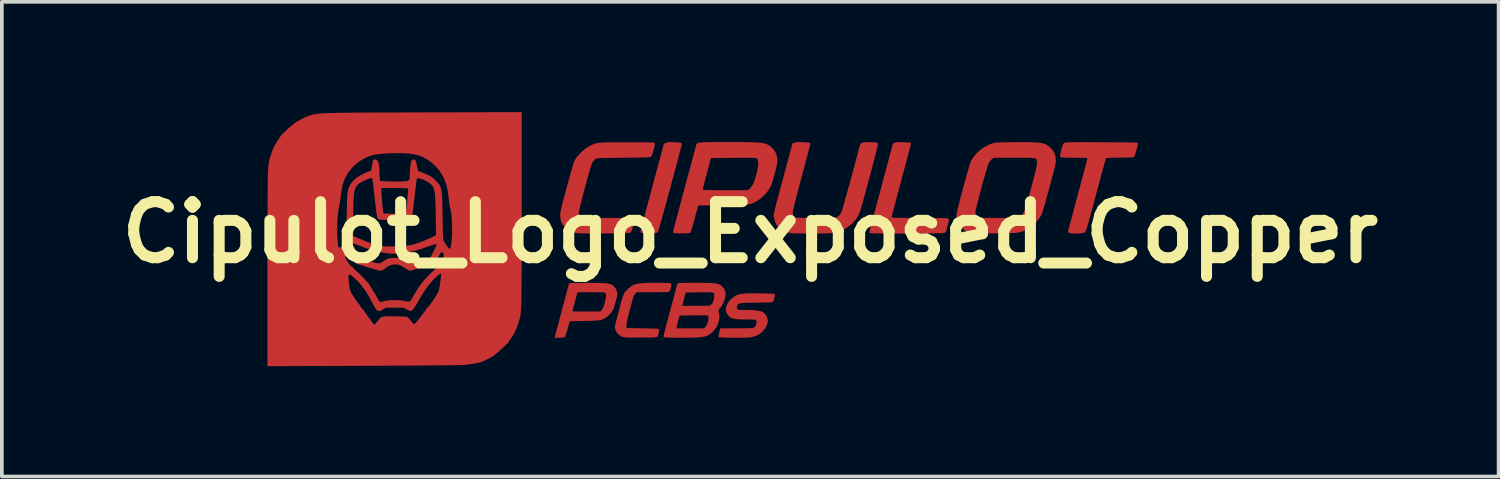
<source format=kicad_pcb>
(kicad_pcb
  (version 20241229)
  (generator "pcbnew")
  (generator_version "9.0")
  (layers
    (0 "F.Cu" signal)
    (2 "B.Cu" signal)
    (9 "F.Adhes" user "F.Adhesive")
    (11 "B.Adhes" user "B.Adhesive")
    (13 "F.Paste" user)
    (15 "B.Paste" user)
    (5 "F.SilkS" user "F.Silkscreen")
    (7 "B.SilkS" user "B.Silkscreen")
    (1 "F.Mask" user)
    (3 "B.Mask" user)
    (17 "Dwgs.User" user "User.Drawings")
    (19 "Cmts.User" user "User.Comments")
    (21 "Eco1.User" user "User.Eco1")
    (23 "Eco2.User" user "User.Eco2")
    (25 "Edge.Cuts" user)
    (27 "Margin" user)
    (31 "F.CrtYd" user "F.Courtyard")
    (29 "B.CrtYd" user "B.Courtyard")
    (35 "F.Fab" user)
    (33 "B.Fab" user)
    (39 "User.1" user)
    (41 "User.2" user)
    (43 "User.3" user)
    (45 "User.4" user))
  (footprint "Cipulot_Logo_Exposed_Copper"
    (layer "F.Cu")
    (at 17.352 3.269)
    (property "Reference" "Cipulot_Logo_Exposed_Copper" (at 0 0 0) (layer "F.SilkS") (effects (font (size 1.524 1.524) (thickness 0.3))))
    (attr board_only exclude_from_pos_files exclude_from_bom)
    (fp_poly (pts (xy -2.08 -2.452) (xy -1.994 -2.448) (xy -1.934 -2.443) (xy -1.894 -2.436) (xy -1.871 -2.426) (xy -1.861 -2.412) (xy -1.859 -2.401) (xy -1.863 -2.382) (xy -1.874 -2.339) (xy -1.89 -2.273) (xy -1.913 -2.187) (xy -1.94 -2.084) (xy -1.971 -1.965) (xy -2.006 -1.835) (xy -2.044 -1.694) (xy -2.084 -1.545) (xy -2.125 -1.391) (xy -2.168 -1.234) (xy -2.211 -1.076) (xy -2.253 -0.921) (xy -2.294 -0.77) (xy -2.334 -0.626) (xy -2.371 -0.491) (xy -2.405 -0.367) (xy -2.436 -0.258) (xy -2.462 -0.166) (xy -2.483 -0.092) (xy -2.499 -0.04) (xy -2.508 -0.011) (xy -2.51 -0.007) (xy -2.532 0.006) (xy -2.57 0.018) (xy -2.58 0.021) (xy -2.625 0.027) (xy -2.687 0.031) (xy -2.757 0.033) (xy -2.827 0.031) (xy -2.889 0.027) (xy -2.933 0.021) (xy -2.944 0.018) (xy -2.972 0.000209) (xy -2.983 -0.02) (xy -2.98 -0.037) (xy -2.969 -0.08) (xy -2.952 -0.146) (xy -2.93 -0.233) (xy -2.902 -0.339) (xy -2.869 -0.463) (xy -2.832 -0.602) (xy -2.792 -0.755) (xy -2.748 -0.918) (xy -2.702 -1.091) (xy -2.666 -1.225) (xy -2.348 -2.406) (xy -2.299 -2.432) (xy -2.274 -2.443) (xy -2.244 -2.45) (xy -2.204 -2.453) (xy -2.147 -2.454)) (stroke (width 0) (type solid)) (fill yes) (layer "F.Cu"))
    (fp_poly (pts (xy 4.133 -2.452) (xy 4.159 -2.451) (xy 4.241 -2.447) (xy 4.299 -2.444) (xy 4.337 -2.441) (xy 4.359 -2.437) (xy 4.37 -2.432) (xy 4.373 -2.425) (xy 4.373 -2.418) (xy 4.37 -2.401) (xy 4.359 -2.359) (xy 4.343 -2.294) (xy 4.32 -2.209) (xy 4.293 -2.104) (xy 4.261 -1.984) (xy 4.225 -1.849) (xy 4.186 -1.703) (xy 4.144 -1.547) (xy 4.11 -1.419) (xy 4.067 -1.257) (xy 4.025 -1.103) (xy 3.987 -0.959) (xy 3.952 -0.827) (xy 3.921 -0.709) (xy 3.895 -0.608) (xy 3.874 -0.526) (xy 3.858 -0.465) (xy 3.849 -0.428) (xy 3.847 -0.417) (xy 3.849 -0.411) (xy 3.855 -0.407) (xy 3.868 -0.403) (xy 3.891 -0.4) (xy 3.925 -0.398) (xy 3.972 -0.396) (xy 4.036 -0.395) (xy 4.118 -0.394) (xy 4.22 -0.393) (xy 4.345 -0.393) (xy 4.496 -0.392) (xy 4.59 -0.392) (xy 4.734 -0.392) (xy 4.87 -0.392) (xy 4.995 -0.391) (xy 5.106 -0.39) (xy 5.201 -0.389) (xy 5.277 -0.388) (xy 5.331 -0.386) (xy 5.361 -0.385) (xy 5.365 -0.384) (xy 5.392 -0.368) (xy 5.401 -0.352) (xy 5.4 -0.33) (xy 5.392 -0.286) (xy 5.379 -0.228) (xy 5.363 -0.165) (xy 5.32 -0.002) (xy 5.263 0.015) (xy 5.239 0.018) (xy 5.19 0.021) (xy 5.119 0.023) (xy 5.028 0.025) (xy 4.92 0.027) (xy 4.799 0.029) (xy 4.667 0.03) (xy 4.527 0.031) (xy 4.382 0.032) (xy 4.235 0.033) (xy 4.089 0.033) (xy 3.946 0.033) (xy 3.81 0.032) (xy 3.683 0.032) (xy 3.569 0.031) (xy 3.47 0.029) (xy 3.389 0.027) (xy 3.329 0.025) (xy 3.293 0.022) (xy 3.285 0.021) (xy 3.256 0.015) (xy 3.244 0.017) (xy 3.241 0.019) (xy 3.238 0.021) (xy 3.237 0.021) (xy 3.236 0.017) (xy 3.237 0.008) (xy 3.24 -0.007) (xy 3.246 -0.031) (xy 3.254 -0.065) (xy 3.266 -0.111) (xy 3.281 -0.17) (xy 3.301 -0.244) (xy 3.325 -0.335) (xy 3.354 -0.444) (xy 3.388 -0.572) (xy 3.428 -0.723) (xy 3.475 -0.896) (xy 3.528 -1.094) (xy 3.566 -1.238) (xy 3.882 -2.417) (xy 3.932 -2.438) (xy 3.961 -2.447) (xy 4.001 -2.452) (xy 4.057 -2.454)) (stroke (width 0) (type solid)) (fill yes) (layer "F.Cu"))
    (fp_poly (pts (xy -2.479 1.372) (xy -2.388 1.373) (xy -2.308 1.375) (xy -2.245 1.377) (xy -2.202 1.379) (xy -2.188 1.381) (xy -2.16 1.391) (xy -2.146 1.411) (xy -2.145 1.445) (xy -2.155 1.498) (xy -2.166 1.535) (xy -2.181 1.58) (xy -2.196 1.604) (xy -2.218 1.616) (xy -2.231 1.619) (xy -2.257 1.622) (xy -2.307 1.624) (xy -2.377 1.625) (xy -2.463 1.627) (xy -2.561 1.628) (xy -2.667 1.628) (xy -2.681 1.628) (xy -3.086 1.628) (xy -3.126 1.671) (xy -3.154 1.705) (xy -3.172 1.734) (xy -3.174 1.739) (xy -3.18 1.759) (xy -3.192 1.802) (xy -3.209 1.865) (xy -3.23 1.944) (xy -3.254 2.034) (xy -3.275 2.111) (xy -3.307 2.233) (xy -3.332 2.33) (xy -3.349 2.406) (xy -3.36 2.464) (xy -3.364 2.507) (xy -3.365 2.531) (xy -3.36 2.603) (xy -2.924 2.61) (xy -2.815 2.612) (xy -2.716 2.615) (xy -2.629 2.617) (xy -2.559 2.62) (xy -2.508 2.623) (xy -2.481 2.626) (xy -2.477 2.627) (xy -2.474 2.647) (xy -2.478 2.684) (xy -2.487 2.731) (xy -2.499 2.778) (xy -2.512 2.816) (xy -2.522 2.834) (xy -2.529 2.841) (xy -2.541 2.847) (xy -2.561 2.851) (xy -2.593 2.854) (xy -2.638 2.857) (xy -2.701 2.859) (xy -2.784 2.86) (xy -2.89 2.861) (xy -2.972 2.861) (xy -3.102 2.862) (xy -3.207 2.862) (xy -3.29 2.86) (xy -3.355 2.858) (xy -3.403 2.855) (xy -3.44 2.85) (xy -3.467 2.844) (xy -3.471 2.843) (xy -3.544 2.808) (xy -3.606 2.752) (xy -3.652 2.684) (xy -3.677 2.609) (xy -3.681 2.572) (xy -3.677 2.55) (xy -3.667 2.505) (xy -3.652 2.443) (xy -3.633 2.367) (xy -3.611 2.284) (xy -3.61 2.282) (xy -3.588 2.197) (xy -3.567 2.12) (xy -3.551 2.055) (xy -3.539 2.008) (xy -3.533 1.984) (xy -3.533 1.984) (xy -3.518 1.924) (xy -3.498 1.855) (xy -3.476 1.785) (xy -3.454 1.722) (xy -3.435 1.672) (xy -3.423 1.647) (xy -3.389 1.603) (xy -3.34 1.552) (xy -3.284 1.502) (xy -3.229 1.46) (xy -3.191 1.437) (xy -3.14 1.417) (xy -3.081 1.401) (xy -3.009 1.389) (xy -2.921 1.381) (xy -2.813 1.375) (xy -2.683 1.372) (xy -2.578 1.372)) (stroke (width 0) (type solid)) (fill yes) (layer "F.Cu"))
    (fp_poly (pts (xy -4.401 1.372) (xy -4.252 1.373) (xy -4.129 1.375) (xy -4.029 1.378) (xy -3.947 1.383) (xy -3.883 1.39) (xy -3.832 1.399) (xy -3.792 1.411) (xy -3.759 1.425) (xy -3.757 1.426) (xy -3.705 1.468) (xy -3.659 1.528) (xy -3.628 1.598) (xy -3.623 1.616) (xy -3.617 1.649) (xy -3.615 1.678) (xy -3.617 1.711) (xy -3.625 1.753) (xy -3.639 1.811) (xy -3.658 1.882) (xy -3.679 1.955) (xy -3.699 2.022) (xy -3.716 2.076) (xy -3.729 2.11) (xy -3.731 2.114) (xy -3.769 2.171) (xy -3.824 2.232) (xy -3.886 2.289) (xy -3.92 2.314) (xy -3.956 2.338) (xy -3.991 2.357) (xy -4.028 2.372) (xy -4.07 2.384) (xy -4.122 2.392) (xy -4.188 2.399) (xy -4.27 2.403) (xy -4.373 2.407) (xy -4.5 2.41) (xy -4.512 2.41) (xy -4.909 2.418) (xy -4.968 2.628) (xy -4.989 2.701) (xy -5.009 2.764) (xy -5.024 2.813) (xy -5.035 2.842) (xy -5.038 2.848) (xy -5.055 2.852) (xy -5.095 2.857) (xy -5.149 2.862) (xy -5.185 2.864) (xy -5.321 2.87) (xy -5.313 2.836) (xy -5.308 2.816) (xy -5.296 2.771) (xy -5.278 2.704) (xy -5.255 2.618) (xy -5.227 2.515) (xy -5.196 2.399) (xy -5.162 2.271) (xy -5.128 2.145) (xy -4.833 2.145) (xy -4.82 2.148) (xy -4.782 2.15) (xy -4.725 2.152) (xy -4.653 2.153) (xy -4.571 2.154) (xy -4.483 2.154) (xy -4.393 2.154) (xy -4.306 2.154) (xy -4.227 2.153) (xy -4.159 2.151) (xy -4.108 2.149) (xy -4.078 2.147) (xy -4.073 2.146) (xy -4.043 2.121) (xy -4.012 2.07) (xy -3.982 1.995) (xy -3.957 1.917) (xy -3.936 1.827) (xy -3.925 1.751) (xy -3.924 1.691) (xy -3.934 1.652) (xy -3.94 1.645) (xy -3.954 1.639) (xy -3.988 1.635) (xy -4.042 1.632) (xy -4.118 1.63) (xy -4.219 1.628) (xy -4.324 1.628) (xy -4.692 1.628) (xy -4.704 1.662) (xy -4.712 1.685) (xy -4.724 1.729) (xy -4.741 1.788) (xy -4.759 1.856) (xy -4.778 1.928) (xy -4.797 1.997) (xy -4.813 2.059) (xy -4.825 2.108) (xy -4.832 2.139) (xy -4.833 2.145) (xy -5.128 2.145) (xy -5.126 2.135) (xy -5.115 2.095) (xy -4.926 1.388) (xy -4.885 1.38) (xy -4.861 1.378) (xy -4.812 1.376) (xy -4.742 1.375) (xy -4.656 1.374) (xy -4.557 1.373) (xy -4.448 1.372)) (stroke (width 0) (type solid)) (fill yes) (layer "F.Cu"))
    (fp_poly (pts (xy 9.194 -2.453) (xy 9.363 -2.452) (xy 9.558 -2.451) (xy 9.72 -2.45) (xy 9.875 -2.449) (xy 10.018 -2.448) (xy 10.149 -2.447) (xy 10.264 -2.446) (xy 10.362 -2.444) (xy 10.439 -2.443) (xy 10.494 -2.442) (xy 10.524 -2.442) (xy 10.529 -2.441) (xy 10.539 -2.426) (xy 10.54 -2.396) (xy 10.532 -2.352) (xy 10.519 -2.295) (xy 10.502 -2.231) (xy 10.484 -2.169) (xy 10.466 -2.114) (xy 10.45 -2.074) (xy 10.441 -2.057) (xy 10.43 -2.051) (xy 10.41 -2.045) (xy 10.378 -2.041) (xy 10.33 -2.038) (xy 10.264 -2.035) (xy 10.176 -2.033) (xy 10.062 -2.032) (xy 10.05 -2.032) (xy 9.938 -2.03) (xy 9.851 -2.029) (xy 9.786 -2.027) (xy 9.739 -2.025) (xy 9.708 -2.022) (xy 9.688 -2.017) (xy 9.677 -2.011) (xy 9.671 -2.003) (xy 9.668 -1.996) (xy 9.663 -1.977) (xy 9.651 -1.934) (xy 9.632 -1.867) (xy 9.608 -1.779) (xy 9.579 -1.674) (xy 9.546 -1.552) (xy 9.51 -1.416) (xy 9.47 -1.269) (xy 9.428 -1.113) (xy 9.395 -0.992) (xy 9.344 -0.803) (xy 9.3 -0.64) (xy 9.262 -0.5) (xy 9.23 -0.382) (xy 9.202 -0.285) (xy 9.18 -0.205) (xy 9.161 -0.141) (xy 9.145 -0.092) (xy 9.132 -0.056) (xy 9.122 -0.029) (xy 9.113 -0.012) (xy 9.105 -0.001) (xy 9.099 0.004) (xy 9.07 0.014) (xy 9.019 0.022) (xy 8.954 0.027) (xy 8.883 0.031) (xy 8.812 0.031) (xy 8.749 0.029) (xy 8.7 0.024) (xy 8.681 0.019) (xy 8.653 0.002) (xy 8.642 -0.016) (xy 8.646 -0.032) (xy 8.656 -0.074) (xy 8.673 -0.139) (xy 8.695 -0.225) (xy 8.723 -0.329) (xy 8.755 -0.449) (xy 8.791 -0.584) (xy 8.83 -0.73) (xy 8.872 -0.886) (xy 8.906 -1.013) (xy 8.949 -1.174) (xy 8.99 -1.328) (xy 9.029 -1.472) (xy 9.064 -1.604) (xy 9.095 -1.721) (xy 9.121 -1.821) (xy 9.142 -1.902) (xy 9.158 -1.962) (xy 9.167 -1.999) (xy 9.169 -2.009) (xy 9.164 -2.016) (xy 9.149 -2.02) (xy 9.12 -2.024) (xy 9.074 -2.026) (xy 9.009 -2.028) (xy 8.92 -2.029) (xy 8.814 -2.029) (xy 8.696 -2.029) (xy 8.603 -2.03) (xy 8.533 -2.033) (xy 8.483 -2.037) (xy 8.45 -2.045) (xy 8.431 -2.056) (xy 8.423 -2.071) (xy 8.423 -2.091) (xy 8.429 -2.116) (xy 8.429 -2.118) (xy 8.441 -2.162) (xy 8.449 -2.2) (xy 8.457 -2.232) (xy 8.47 -2.28) (xy 8.483 -2.327) (xy 8.5 -2.379) (xy 8.515 -2.41) (xy 8.535 -2.428) (xy 8.556 -2.438) (xy 8.57 -2.442) (xy 8.594 -2.445) (xy 8.63 -2.448) (xy 8.679 -2.45) (xy 8.744 -2.451) (xy 8.826 -2.452) (xy 8.927 -2.453) (xy 9.049 -2.453)) (stroke (width 0) (type solid)) (fill yes) (layer "F.Cu"))
    (fp_poly (pts (xy 0.22 1.659) (xy 0.25 1.659) (xy 0.355 1.661) (xy 0.451 1.663) (xy 0.533 1.665) (xy 0.599 1.668) (xy 0.645 1.671) (xy 0.666 1.673) (xy 0.667 1.674) (xy 0.67 1.693) (xy 0.667 1.73) (xy 0.658 1.777) (xy 0.646 1.824) (xy 0.632 1.863) (xy 0.623 1.881) (xy 0.616 1.888) (xy 0.603 1.893) (xy 0.583 1.898) (xy 0.551 1.901) (xy 0.505 1.904) (xy 0.442 1.907) (xy 0.359 1.909) (xy 0.252 1.911) (xy 0.157 1.913) (xy 0.025 1.915) (xy -0.081 1.917) (xy -0.165 1.92) (xy -0.229 1.925) (xy -0.276 1.931) (xy -0.309 1.94) (xy -0.331 1.952) (xy -0.344 1.968) (xy -0.352 1.988) (xy -0.358 2.013) (xy -0.359 2.021) (xy -0.364 2.052) (xy -0.361 2.075) (xy -0.349 2.091) (xy -0.323 2.102) (xy -0.28 2.108) (xy -0.217 2.111) (xy -0.13 2.112) (xy -0.092 2.112) (xy 0.034 2.113) (xy 0.136 2.119) (xy 0.218 2.128) (xy 0.282 2.143) (xy 0.332 2.163) (xy 0.373 2.19) (xy 0.395 2.21) (xy 0.446 2.282) (xy 0.467 2.339) (xy 0.477 2.383) (xy 0.479 2.419) (xy 0.472 2.458) (xy 0.459 2.503) (xy 0.414 2.603) (xy 0.345 2.691) (xy 0.255 2.763) (xy 0.148 2.817) (xy 0.081 2.838) (xy 0.045 2.847) (xy 0.009 2.853) (xy -0.033 2.858) (xy -0.083 2.861) (xy -0.146 2.864) (xy -0.226 2.865) (xy -0.328 2.866) (xy -0.428 2.866) (xy -0.532 2.865) (xy -0.628 2.864) (xy -0.711 2.862) (xy -0.778 2.859) (xy -0.825 2.856) (xy -0.847 2.853) (xy -0.848 2.853) (xy -0.857 2.843) (xy -0.86 2.824) (xy -0.856 2.792) (xy -0.845 2.739) (xy -0.842 2.725) (xy -0.816 2.61) (xy -0.366 2.609) (xy -0.237 2.609) (xy -0.134 2.609) (xy -0.053 2.607) (xy 0.009 2.605) (xy 0.055 2.6) (xy 0.088 2.593) (xy 0.111 2.584) (xy 0.126 2.571) (xy 0.138 2.555) (xy 0.149 2.534) (xy 0.152 2.529) (xy 0.173 2.468) (xy 0.169 2.414) (xy 0.161 2.396) (xy 0.154 2.386) (xy 0.143 2.379) (xy 0.123 2.374) (xy 0.09 2.371) (xy 0.041 2.369) (xy -0.029 2.368) (xy -0.121 2.368) (xy -0.24 2.367) (xy -0.335 2.363) (xy -0.409 2.356) (xy -0.467 2.344) (xy -0.513 2.328) (xy -0.551 2.305) (xy -0.584 2.276) (xy -0.619 2.232) (xy -0.648 2.18) (xy -0.653 2.167) (xy -0.664 2.129) (xy -0.666 2.096) (xy -0.66 2.058) (xy -0.65 2.017) (xy -0.614 1.927) (xy -0.558 1.848) (xy -0.477 1.777) (xy -0.45 1.758) (xy -0.406 1.73) (xy -0.363 1.708) (xy -0.317 1.691) (xy -0.264 1.678) (xy -0.201 1.669) (xy -0.125 1.663) (xy -0.032 1.659) (xy 0.082 1.658)) (stroke (width 0) (type solid)) (fill yes) (layer "F.Cu"))
    (fp_poly (pts (xy -1.31 1.372) (xy -1.186 1.374) (xy -1.084 1.377) (xy -1.001 1.382) (xy -0.936 1.389) (xy -0.884 1.4) (xy -0.842 1.413) (xy -0.809 1.431) (xy -0.78 1.452) (xy -0.754 1.477) (xy -0.7 1.55) (xy -0.671 1.629) (xy -0.669 1.71) (xy -0.67 1.714) (xy -0.699 1.838) (xy -0.745 1.949) (xy -0.802 2.036) (xy -0.867 2.116) (xy -0.851 2.186) (xy -0.839 2.252) (xy -0.836 2.311) (xy -0.845 2.372) (xy -0.864 2.446) (xy -0.871 2.467) (xy -0.894 2.533) (xy -0.92 2.584) (xy -0.955 2.632) (xy -0.987 2.667) (xy -1.031 2.714) (xy -1.074 2.752) (xy -1.117 2.784) (xy -1.165 2.809) (xy -1.219 2.828) (xy -1.284 2.843) (xy -1.362 2.853) (xy -1.457 2.86) (xy -1.571 2.864) (xy -1.707 2.865) (xy -1.857 2.866) (xy -1.97 2.865) (xy -2.075 2.864) (xy -2.167 2.862) (xy -2.243 2.86) (xy -2.3 2.857) (xy -2.334 2.854) (xy -2.342 2.853) (xy -2.352 2.842) (xy -2.355 2.824) (xy -2.35 2.792) (xy -2.339 2.74) (xy -2.336 2.728) (xy -2.329 2.699) (xy -2.324 2.676) (xy -2.319 2.655) (xy -2.313 2.635) (xy -2.307 2.611) (xy -2.307 2.61) (xy -2.001 2.61) (xy -1.63 2.61) (xy -1.259 2.61) (xy -1.219 2.57) (xy -1.188 2.527) (xy -1.162 2.47) (xy -1.144 2.407) (xy -1.135 2.346) (xy -1.137 2.295) (xy -1.145 2.272) (xy -1.155 2.266) (xy -1.179 2.262) (xy -1.218 2.259) (xy -1.277 2.257) (xy -1.357 2.256) (xy -1.461 2.257) (xy -1.539 2.257) (xy -1.921 2.261) (xy -1.961 2.404) (xy -1.978 2.467) (xy -1.991 2.522) (xy -1.999 2.563) (xy -2.001 2.578) (xy -2.001 2.61) (xy -2.307 2.61) (xy -2.3 2.582) (xy -2.29 2.545) (xy -2.277 2.497) (xy -2.26 2.434) (xy -2.238 2.355) (xy -2.212 2.256) (xy -2.179 2.136) (xy -2.145 2.009) (xy -2.142 1.998) (xy -1.847 1.998) (xy -1.472 1.998) (xy -1.358 1.998) (xy -1.27 1.997) (xy -1.203 1.996) (xy -1.154 1.994) (xy -1.12 1.991) (xy -1.097 1.987) (xy -1.081 1.981) (xy -1.07 1.973) (xy -1.065 1.969) (xy -1.019 1.91) (xy -0.991 1.832) (xy -0.98 1.756) (xy -0.978 1.7) (xy -0.982 1.666) (xy -0.993 1.647) (xy -0.995 1.645) (xy -1.009 1.639) (xy -1.039 1.635) (xy -1.087 1.632) (xy -1.156 1.631) (xy -1.247 1.63) (xy -1.364 1.631) (xy -1.384 1.631) (xy -1.752 1.635) (xy -1.791 1.777) (xy -1.808 1.841) (xy -1.824 1.899) (xy -1.835 1.942) (xy -1.839 1.959) (xy -1.847 1.998) (xy -2.142 1.998) (xy -2.111 1.885) (xy -2.08 1.769) (xy -2.052 1.665) (xy -2.028 1.574) (xy -2.009 1.5) (xy -1.995 1.447) (xy -1.988 1.416) (xy -1.987 1.41) (xy -1.984 1.4) (xy -1.974 1.392) (xy -1.954 1.386) (xy -1.92 1.381) (xy -1.872 1.377) (xy -1.806 1.375) (xy -1.719 1.373) (xy -1.609 1.372) (xy -1.474 1.372) (xy -1.46 1.372)) (stroke (width 0) (type solid)) (fill yes) (layer "F.Cu"))
    (fp_poly (pts (xy -3.241 -2.449) (xy -3.109 -2.448) (xy -2.986 -2.448) (xy -2.877 -2.447) (xy -2.785 -2.446) (xy -2.712 -2.445) (xy -2.661 -2.444) (xy -2.635 -2.443) (xy -2.634 -2.442) (xy -2.603 -2.434) (xy -2.592 -2.416) (xy -2.592 -2.4) (xy -2.598 -2.362) (xy -2.61 -2.309) (xy -2.626 -2.247) (xy -2.645 -2.184) (xy -2.663 -2.127) (xy -2.68 -2.083) (xy -2.692 -2.059) (xy -2.693 -2.057) (xy -2.701 -2.053) (xy -2.717 -2.048) (xy -2.741 -2.045) (xy -2.778 -2.042) (xy -2.829 -2.039) (xy -2.896 -2.037) (xy -2.981 -2.035) (xy -3.088 -2.033) (xy -3.217 -2.031) (xy -3.372 -2.03) (xy -3.445 -2.029) (xy -3.608 -2.027) (xy -3.745 -2.026) (xy -3.858 -2.024) (xy -3.95 -2.023) (xy -4.024 -2.021) (xy -4.08 -2.019) (xy -4.123 -2.016) (xy -4.154 -2.013) (xy -4.176 -2.009) (xy -4.191 -2.005) (xy -4.201 -1.999) (xy -4.209 -1.993) (xy -4.252 -1.953) (xy -4.283 -1.911) (xy -4.305 -1.872) (xy -4.316 -1.845) (xy -4.333 -1.794) (xy -4.355 -1.722) (xy -4.38 -1.633) (xy -4.409 -1.531) (xy -4.44 -1.419) (xy -4.472 -1.301) (xy -4.505 -1.181) (xy -4.536 -1.061) (xy -4.566 -0.945) (xy -4.594 -0.838) (xy -4.618 -0.742) (xy -4.637 -0.662) (xy -4.651 -0.6) (xy -4.658 -0.56) (xy -4.658 -0.554) (xy -4.662 -0.504) (xy -4.659 -0.472) (xy -4.648 -0.45) (xy -4.629 -0.429) (xy -4.593 -0.393) (xy -3.927 -0.392) (xy -3.79 -0.392) (xy -3.66 -0.392) (xy -3.541 -0.391) (xy -3.435 -0.39) (xy -3.346 -0.388) (xy -3.276 -0.387) (xy -3.229 -0.385) (xy -3.209 -0.384) (xy -3.167 -0.37) (xy -3.15 -0.35) (xy -3.151 -0.326) (xy -3.159 -0.282) (xy -3.172 -0.224) (xy -3.187 -0.165) (xy -3.209 -0.088) (xy -3.228 -0.036) (xy -3.245 -0.004) (xy -3.26 0.01) (xy -3.28 0.014) (xy -3.325 0.017) (xy -3.392 0.02) (xy -3.478 0.023) (xy -3.578 0.025) (xy -3.69 0.027) (xy -3.811 0.028) (xy -3.937 0.03) (xy -4.064 0.03) (xy -4.189 0.03) (xy -4.31 0.03) (xy -4.422 0.029) (xy -4.523 0.028) (xy -4.608 0.026) (xy -4.675 0.024) (xy -4.72 0.021) (xy -4.729 0.02) (xy -4.839 -0.005) (xy -4.933 -0.048) (xy -5.016 -0.114) (xy -5.036 -0.134) (xy -5.101 -0.214) (xy -5.143 -0.295) (xy -5.163 -0.385) (xy -5.167 -0.464) (xy -5.167 -0.492) (xy -5.164 -0.524) (xy -5.158 -0.562) (xy -5.149 -0.609) (xy -5.136 -0.668) (xy -5.118 -0.74) (xy -5.096 -0.829) (xy -5.067 -0.938) (xy -5.032 -1.069) (xy -4.992 -1.216) (xy -4.956 -1.349) (xy -4.921 -1.475) (xy -4.888 -1.591) (xy -4.859 -1.695) (xy -4.834 -1.783) (xy -4.813 -1.852) (xy -4.799 -1.899) (xy -4.791 -1.921) (xy -4.744 -2.006) (xy -4.676 -2.095) (xy -4.593 -2.182) (xy -4.501 -2.262) (xy -4.407 -2.328) (xy -4.344 -2.362) (xy -4.303 -2.381) (xy -4.267 -2.397) (xy -4.231 -2.41) (xy -4.193 -2.421) (xy -4.151 -2.429) (xy -4.101 -2.436) (xy -4.041 -2.441) (xy -3.968 -2.444) (xy -3.879 -2.447) (xy -3.772 -2.448) (xy -3.644 -2.449) (xy -3.492 -2.449) (xy -3.382 -2.449)) (stroke (width 0) (type solid)) (fill yes) (layer "F.Cu"))
    (fp_poly (pts (xy 3.238 -2.454) (xy 3.325 -2.452) (xy 3.388 -2.449) (xy 3.431 -2.442) (xy 3.456 -2.431) (xy 3.47 -2.416) (xy 3.474 -2.399) (xy 3.471 -2.38) (xy 3.461 -2.336) (xy 3.445 -2.271) (xy 3.424 -2.186) (xy 3.399 -2.085) (xy 3.369 -1.971) (xy 3.336 -1.847) (xy 3.302 -1.714) (xy 3.265 -1.577) (xy 3.228 -1.437) (xy 3.191 -1.298) (xy 3.154 -1.163) (xy 3.119 -1.034) (xy 3.086 -0.914) (xy 3.056 -0.806) (xy 3.029 -0.713) (xy 3.008 -0.637) (xy 2.991 -0.581) (xy 2.98 -0.549) (xy 2.98 -0.549) (xy 2.934 -0.448) (xy 2.875 -0.357) (xy 2.797 -0.268) (xy 2.778 -0.249) (xy 2.663 -0.149) (xy 2.545 -0.074) (xy 2.417 -0.021) (xy 2.273 0.012) (xy 2.224 0.019) (xy 2.179 0.023) (xy 2.111 0.026) (xy 2.023 0.028) (xy 1.921 0.03) (xy 1.808 0.031) (xy 1.69 0.032) (xy 1.571 0.032) (xy 1.456 0.031) (xy 1.348 0.03) (xy 1.253 0.028) (xy 1.175 0.026) (xy 1.119 0.022) (xy 1.1 0.02) (xy 0.973 -0.008) (xy 0.866 -0.057) (xy 0.778 -0.126) (xy 0.71 -0.215) (xy 0.663 -0.323) (xy 0.645 -0.395) (xy 0.642 -0.411) (xy 0.639 -0.426) (xy 0.638 -0.442) (xy 0.638 -0.461) (xy 0.641 -0.484) (xy 0.645 -0.515) (xy 0.653 -0.553) (xy 0.664 -0.603) (xy 0.68 -0.665) (xy 0.699 -0.741) (xy 0.723 -0.834) (xy 0.753 -0.945) (xy 0.788 -1.077) (xy 0.829 -1.231) (xy 0.878 -1.409) (xy 0.912 -1.536) (xy 1.149 -2.417) (xy 1.199 -2.438) (xy 1.229 -2.447) (xy 1.268 -2.452) (xy 1.323 -2.454) (xy 1.399 -2.452) (xy 1.427 -2.451) (xy 1.509 -2.447) (xy 1.566 -2.444) (xy 1.603 -2.44) (xy 1.624 -2.435) (xy 1.633 -2.427) (xy 1.635 -2.415) (xy 1.632 -2.398) (xy 1.632 -2.396) (xy 1.628 -2.376) (xy 1.617 -2.33) (xy 1.599 -2.262) (xy 1.576 -2.174) (xy 1.548 -2.068) (xy 1.516 -1.947) (xy 1.481 -1.813) (xy 1.442 -1.668) (xy 1.401 -1.516) (xy 1.393 -1.483) (xy 1.341 -1.292) (xy 1.296 -1.12) (xy 1.256 -0.967) (xy 1.223 -0.836) (xy 1.196 -0.727) (xy 1.176 -0.642) (xy 1.163 -0.582) (xy 1.158 -0.547) (xy 1.158 -0.543) (xy 1.165 -0.476) (xy 1.185 -0.426) (xy 1.206 -0.403) (xy 1.223 -0.401) (xy 1.266 -0.399) (xy 1.33 -0.397) (xy 1.414 -0.395) (xy 1.514 -0.394) (xy 1.626 -0.393) (xy 1.747 -0.393) (xy 1.778 -0.393) (xy 1.919 -0.393) (xy 2.033 -0.393) (xy 2.125 -0.393) (xy 2.197 -0.394) (xy 2.252 -0.396) (xy 2.293 -0.398) (xy 2.321 -0.401) (xy 2.342 -0.406) (xy 2.356 -0.411) (xy 2.367 -0.418) (xy 2.376 -0.424) (xy 2.418 -0.46) (xy 2.449 -0.498) (xy 2.479 -0.549) (xy 2.48 -0.55) (xy 2.488 -0.572) (xy 2.503 -0.619) (xy 2.523 -0.688) (xy 2.55 -0.779) (xy 2.58 -0.888) (xy 2.616 -1.013) (xy 2.654 -1.153) (xy 2.696 -1.304) (xy 2.74 -1.464) (xy 2.785 -1.632) (xy 2.832 -1.805) (xy 2.879 -1.981) (xy 2.926 -2.157) (xy 2.972 -2.331) (xy 2.979 -2.354) (xy 2.994 -2.393) (xy 3.018 -2.422) (xy 3.055 -2.44) (xy 3.109 -2.45) (xy 3.185 -2.454)) (stroke (width 0) (type solid)) (fill yes) (layer "F.Cu"))
    (fp_poly (pts (xy -0.421 -2.456) (xy -0.258 -2.455) (xy -0.118 -2.454) (xy 0.000065 -2.451) (xy 0.1 -2.448) (xy 0.183 -2.444) (xy 0.252 -2.439) (xy 0.309 -2.433) (xy 0.357 -2.425) (xy 0.399 -2.415) (xy 0.436 -2.404) (xy 0.453 -2.398) (xy 0.525 -2.359) (xy 0.594 -2.3) (xy 0.655 -2.23) (xy 0.698 -2.155) (xy 0.71 -2.125) (xy 0.726 -2.065) (xy 0.737 -2.012) (xy 0.74 -1.959) (xy 0.737 -1.901) (xy 0.725 -1.833) (xy 0.707 -1.749) (xy 0.679 -1.644) (xy 0.676 -1.631) (xy 0.652 -1.542) (xy 0.628 -1.457) (xy 0.606 -1.382) (xy 0.587 -1.324) (xy 0.575 -1.289) (xy 0.527 -1.193) (xy 0.457 -1.094) (xy 0.371 -0.999) (xy 0.275 -0.914) (xy 0.174 -0.845) (xy 0.124 -0.819) (xy 0.083 -0.8) (xy 0.043 -0.784) (xy 0.002 -0.771) (xy -0.044 -0.76) (xy -0.096 -0.752) (xy -0.158 -0.745) (xy -0.233 -0.741) (xy -0.324 -0.737) (xy -0.434 -0.735) (xy -0.565 -0.734) (xy -0.721 -0.734) (xy -0.786 -0.734) (xy -1.404 -0.734) (xy -1.418 -0.702) (xy -1.425 -0.679) (xy -1.439 -0.634) (xy -1.458 -0.569) (xy -1.48 -0.491) (xy -1.504 -0.402) (xy -1.516 -0.357) (xy -1.546 -0.247) (xy -1.57 -0.161) (xy -1.588 -0.097) (xy -1.602 -0.051) (xy -1.614 -0.019) (xy -1.624 0) (xy -1.633 0.011) (xy -1.642 0.015) (xy -1.653 0.018) (xy -1.693 0.022) (xy -1.749 0.025) (xy -1.815 0.027) (xy -1.884 0.028) (xy -1.949 0.028) (xy -2.003 0.027) (xy -2.04 0.024) (xy -2.051 0.022) (xy -2.079 0.014) (xy -2.09 0.016) (xy -2.099 0.01) (xy -2.101 -0.002) (xy -2.097 -0.019) (xy -2.087 -0.061) (xy -2.07 -0.127) (xy -2.048 -0.214) (xy -2.02 -0.32) (xy -1.987 -0.444) (xy -1.951 -0.582) (xy -1.91 -0.733) (xy -1.867 -0.895) (xy -1.821 -1.066) (xy -1.794 -1.166) (xy -1.793 -1.172) (xy -1.289 -1.172) (xy -1.288 -1.166) (xy -1.282 -1.161) (xy -1.269 -1.157) (xy -1.247 -1.153) (xy -1.212 -1.151) (xy -1.163 -1.149) (xy -1.097 -1.148) (xy -1.012 -1.147) (xy -0.904 -1.147) (xy -0.772 -1.147) (xy -0.681 -1.147) (xy -0.073 -1.147) (xy -0.022 -1.181) (xy 0.021 -1.222) (xy 0.062 -1.283) (xy 0.1 -1.367) (xy 0.138 -1.476) (xy 0.167 -1.579) (xy 0.198 -1.713) (xy 0.216 -1.823) (xy 0.219 -1.909) (xy 0.209 -1.969) (xy 0.19 -2.001) (xy 0.182 -2.008) (xy 0.172 -2.013) (xy 0.158 -2.018) (xy 0.136 -2.021) (xy 0.105 -2.024) (xy 0.061 -2.026) (xy 0.001 -2.027) (xy -0.076 -2.027) (xy -0.173 -2.027) (xy -0.293 -2.027) (xy -0.439 -2.026) (xy -0.453 -2.026) (xy -1.067 -2.022) (xy -1.178 -1.609) (xy -1.206 -1.504) (xy -1.231 -1.408) (xy -1.253 -1.323) (xy -1.271 -1.253) (xy -1.283 -1.203) (xy -1.289 -1.175) (xy -1.289 -1.172) (xy -1.793 -1.172) (xy -1.747 -1.342) (xy -1.702 -1.511) (xy -1.659 -1.671) (xy -1.619 -1.819) (xy -1.583 -1.954) (xy -1.551 -2.074) (xy -1.523 -2.175) (xy -1.501 -2.257) (xy -1.485 -2.317) (xy -1.476 -2.353) (xy -1.473 -2.361) (xy -1.468 -2.381) (xy -1.462 -2.398) (xy -1.452 -2.412) (xy -1.437 -2.423) (xy -1.414 -2.433) (xy -1.382 -2.44) (xy -1.337 -2.446) (xy -1.278 -2.45) (xy -1.203 -2.453) (xy -1.109 -2.454) (xy -0.995 -2.455) (xy -0.857 -2.456) (xy -0.694 -2.456) (xy -0.611 -2.456)) (stroke (width 0) (type solid)) (fill yes) (layer "F.Cu"))
    (fp_poly (pts (xy 7.497 -2.454) (xy 7.623 -2.452) (xy 7.728 -2.448) (xy 7.816 -2.442) (xy 7.889 -2.433) (xy 7.951 -2.423) (xy 7.99 -2.413) (xy 8.073 -2.376) (xy 8.152 -2.318) (xy 8.22 -2.245) (xy 8.27 -2.162) (xy 8.287 -2.117) (xy 8.297 -2.073) (xy 8.306 -2.016) (xy 8.311 -1.979) (xy 8.312 -1.957) (xy 8.311 -1.933) (xy 8.309 -1.904) (xy 8.303 -1.869) (xy 8.294 -1.823) (xy 8.28 -1.765) (xy 8.262 -1.692) (xy 8.239 -1.602) (xy 8.21 -1.491) (xy 8.174 -1.357) (xy 8.14 -1.232) (xy 8.103 -1.097) (xy 8.068 -0.969) (xy 8.035 -0.85) (xy 8.005 -0.744) (xy 7.979 -0.654) (xy 7.958 -0.582) (xy 7.943 -0.532) (xy 7.934 -0.506) (xy 7.881 -0.411) (xy 7.806 -0.314) (xy 7.717 -0.221) (xy 7.619 -0.14) (xy 7.518 -0.076) (xy 7.495 -0.065) (xy 7.449 -0.044) (xy 7.406 -0.026) (xy 7.362 -0.012) (xy 7.314 -0.001) (xy 7.258 0.008) (xy 7.192 0.015) (xy 7.112 0.02) (xy 7.015 0.023) (xy 6.897 0.025) (xy 6.756 0.027) (xy 6.679 0.028) (xy 6.554 0.028) (xy 6.435 0.028) (xy 6.325 0.028) (xy 6.229 0.026) (xy 6.149 0.025) (xy 6.09 0.022) (xy 6.057 0.02) (xy 5.946 -0.006) (xy 5.844 -0.05) (xy 5.787 -0.087) (xy 5.722 -0.152) (xy 5.669 -0.236) (xy 5.63 -0.331) (xy 5.611 -0.428) (xy 5.609 -0.469) (xy 5.613 -0.501) (xy 5.621 -0.54) (xy 6.124 -0.54) (xy 6.131 -0.475) (xy 6.151 -0.426) (xy 6.172 -0.403) (xy 6.189 -0.401) (xy 6.232 -0.399) (xy 6.297 -0.397) (xy 6.38 -0.395) (xy 6.48 -0.394) (xy 6.592 -0.393) (xy 6.713 -0.393) (xy 6.743 -0.393) (xy 7.298 -0.393) (xy 7.348 -0.427) (xy 7.371 -0.444) (xy 7.392 -0.466) (xy 7.412 -0.493) (xy 7.432 -0.529) (xy 7.453 -0.577) (xy 7.475 -0.638) (xy 7.5 -0.715) (xy 7.529 -0.811) (xy 7.562 -0.927) (xy 7.601 -1.067) (xy 7.633 -1.184) (xy 7.676 -1.344) (xy 7.711 -1.478) (xy 7.74 -1.59) (xy 7.763 -1.682) (xy 7.78 -1.756) (xy 7.792 -1.815) (xy 7.799 -1.861) (xy 7.802 -1.897) (xy 7.801 -1.925) (xy 7.798 -1.947) (xy 7.797 -1.948) (xy 7.792 -1.968) (xy 7.787 -1.984) (xy 7.777 -1.998) (xy 7.761 -2.008) (xy 7.737 -2.015) (xy 7.701 -2.021) (xy 7.651 -2.025) (xy 7.584 -2.027) (xy 7.498 -2.028) (xy 7.39 -2.029) (xy 7.257 -2.029) (xy 7.186 -2.029) (xy 6.628 -2.029) (xy 6.578 -1.995) (xy 6.543 -1.963) (xy 6.506 -1.917) (xy 6.489 -1.888) (xy 6.476 -1.857) (xy 6.457 -1.803) (xy 6.433 -1.728) (xy 6.406 -1.636) (xy 6.376 -1.531) (xy 6.343 -1.417) (xy 6.31 -1.297) (xy 6.277 -1.174) (xy 6.244 -1.053) (xy 6.214 -0.936) (xy 6.186 -0.828) (xy 6.163 -0.731) (xy 6.144 -0.65) (xy 6.131 -0.588) (xy 6.124 -0.548) (xy 6.124 -0.54) (xy 5.621 -0.54) (xy 5.624 -0.556) (xy 5.641 -0.633) (xy 5.664 -0.726) (xy 5.691 -0.833) (xy 5.721 -0.95) (xy 5.754 -1.075) (xy 5.788 -1.203) (xy 5.823 -1.331) (xy 5.858 -1.456) (xy 5.891 -1.575) (xy 5.923 -1.683) (xy 5.951 -1.779) (xy 5.976 -1.857) (xy 5.995 -1.916) (xy 6.009 -1.951) (xy 6.01 -1.952) (xy 6.074 -2.055) (xy 6.16 -2.155) (xy 6.264 -2.247) (xy 6.378 -2.326) (xy 6.499 -2.387) (xy 6.555 -2.408) (xy 6.586 -2.418) (xy 6.614 -2.426) (xy 6.643 -2.433) (xy 6.676 -2.438) (xy 6.715 -2.442) (xy 6.766 -2.445) (xy 6.83 -2.447) (xy 6.912 -2.449) (xy 7.014 -2.451) (xy 7.141 -2.452) (xy 7.174 -2.453) (xy 7.348 -2.454)) (stroke (width 0) (type solid)) (fill yes) (layer "F.Cu"))
    (fp_poly (pts (xy -6.214 -0.739) (xy -6.214 -0.449) (xy -6.214 -0.168) (xy -6.215 0.103) (xy -6.215 0.361) (xy -6.216 0.607) (xy -6.216 0.838) (xy -6.217 1.054) (xy -6.218 1.251) (xy -6.219 1.43) (xy -6.221 1.589) (xy -6.222 1.727) (xy -6.223 1.841) (xy -6.225 1.93) (xy -6.226 1.994) (xy -6.227 2.027) (xy -6.234 2.121) (xy -6.24 2.195) (xy -6.249 2.257) (xy -6.26 2.315) (xy -6.276 2.376) (xy -6.293 2.432) (xy -6.34 2.571) (xy -6.39 2.69) (xy -6.448 2.796) (xy -6.512 2.892) (xy -6.545 2.938) (xy -6.57 2.977) (xy -6.582 3.002) (xy -6.583 3.006) (xy -6.595 3.021) (xy -6.604 3.023) (xy -6.625 3.033) (xy -6.65 3.06) (xy -6.654 3.064) (xy -6.675 3.089) (xy -6.71 3.124) (xy -6.762 3.172) (xy -6.833 3.235) (xy -6.923 3.312) (xy -6.955 3.34) (xy -6.983 3.359) (xy -7.031 3.387) (xy -7.09 3.419) (xy -7.155 3.453) (xy -7.219 3.484) (xy -7.274 3.509) (xy -7.302 3.521) (xy -7.366 3.54) (xy -7.453 3.559) (xy -7.556 3.577) (xy -7.668 3.592) (xy -7.785 3.603) (xy -7.827 3.606) (xy -7.865 3.608) (xy -7.931 3.609) (xy -8.022 3.611) (xy -8.137 3.613) (xy -8.276 3.615) (xy -8.435 3.616) (xy -8.614 3.618) (xy -8.812 3.62) (xy -9.027 3.622) (xy -9.257 3.623) (xy -9.502 3.625) (xy -9.759 3.626) (xy -10.028 3.627) (xy -10.306 3.629) (xy -10.586 3.63) (xy -13.129 3.639) (xy -13.129 1.226) (xy -10.923 1.226) (xy -10.921 1.278) (xy -10.915 1.346) (xy -10.907 1.418) (xy -10.903 1.448) (xy -10.892 1.517) (xy -10.88 1.569) (xy -10.863 1.614) (xy -10.837 1.664) (xy -10.808 1.711) (xy -10.762 1.785) (xy -10.717 1.852) (xy -10.677 1.907) (xy -10.646 1.946) (xy -10.625 1.966) (xy -10.623 1.967) (xy -10.611 1.983) (xy -10.61 1.985) (xy -10.602 2.009) (xy -10.583 2.041) (xy -10.559 2.073) (xy -10.537 2.094) (xy -10.529 2.097) (xy -10.512 2.107) (xy -10.511 2.113) (xy -10.503 2.129) (xy -10.481 2.162) (xy -10.45 2.209) (xy -10.411 2.264) (xy -10.369 2.323) (xy -10.327 2.381) (xy -10.288 2.433) (xy -10.256 2.475) (xy -10.233 2.502) (xy -10.225 2.51) (xy -10.212 2.5) (xy -10.187 2.473) (xy -10.152 2.435) (xy -10.141 2.421) (xy -10.105 2.378) (xy -10.076 2.344) (xy -10.05 2.32) (xy -10.023 2.303) (xy -9.99 2.292) (xy -9.948 2.286) (xy -9.891 2.283) (xy -9.815 2.283) (xy -9.717 2.284) (xy -9.687 2.284) (xy -9.593 2.285) (xy -9.507 2.286) (xy -9.433 2.288) (xy -9.377 2.291) (xy -9.343 2.293) (xy -9.335 2.295) (xy -9.313 2.31) (xy -9.28 2.342) (xy -9.243 2.385) (xy -9.234 2.396) (xy -9.199 2.44) (xy -9.168 2.474) (xy -9.146 2.492) (xy -9.143 2.493) (xy -9.125 2.484) (xy -9.096 2.458) (xy -9.06 2.419) (xy -9.045 2.4) (xy -8.976 2.314) (xy -8.917 2.237) (xy -8.867 2.171) (xy -8.831 2.12) (xy -8.809 2.085) (xy -8.803 2.071) (xy -8.794 2.056) (xy -8.79 2.055) (xy -8.772 2.043) (xy -8.744 2.012) (xy -8.706 1.965) (xy -8.664 1.907) (xy -8.619 1.842) (xy -8.575 1.776) (xy -8.535 1.711) (xy -8.501 1.654) (xy -8.478 1.608) (xy -8.471 1.589) (xy -8.462 1.554) (xy -8.452 1.499) (xy -8.441 1.43) (xy -8.429 1.354) (xy -8.419 1.278) (xy -8.411 1.21) (xy -8.406 1.157) (xy -8.405 1.133) (xy -8.408 1.12) (xy -8.42 1.119) (xy -8.444 1.134) (xy -8.483 1.165) (xy -8.53 1.205) (xy -8.608 1.278) (xy -8.683 1.359) (xy -8.758 1.452) (xy -8.834 1.558) (xy -8.915 1.683) (xy -9.002 1.828) (xy -9.072 1.951) (xy -9.125 2.038) (xy -9.171 2.098) (xy -9.211 2.131) (xy -9.241 2.14) (xy -9.264 2.134) (xy -9.302 2.116) (xy -9.342 2.094) (xy -9.422 2.048) (xy -9.665 2.048) (xy -9.909 2.048) (xy -9.983 2.094) (xy -10.04 2.126) (xy -10.084 2.139) (xy -10.122 2.135) (xy -10.14 2.126) (xy -10.16 2.107) (xy -10.19 2.065) (xy -10.227 2.006) (xy -10.269 1.933) (xy -10.314 1.851) (xy -10.338 1.803) (xy -10.369 1.745) (xy -10.404 1.685) (xy -10.44 1.627) (xy -10.474 1.576) (xy -10.502 1.537) (xy -10.521 1.517) (xy -10.526 1.514) (xy -10.539 1.503) (xy -10.539 1.499) (xy -10.549 1.475) (xy -10.577 1.437) (xy -10.618 1.389) (xy -10.667 1.336) (xy -10.721 1.282) (xy -10.775 1.232) (xy -10.824 1.189) (xy -10.865 1.159) (xy -10.892 1.145) (xy -10.896 1.144) (xy -10.912 1.148) (xy -10.92 1.162) (xy -10.923 1.195) (xy -10.923 1.226) (xy -13.129 1.226) (xy -13.129 1.122) (xy -13.129 0.848) (xy -13.129 0.623) (xy -11.023 0.623) (xy -11.016 0.661) (xy -10.995 0.711) (xy -10.966 0.767) (xy -10.932 0.823) (xy -10.896 0.873) (xy -10.863 0.91) (xy -10.836 0.929) (xy -10.83 0.931) (xy -10.811 0.941) (xy -10.809 0.949) (xy -10.798 0.964) (xy -10.77 0.994) (xy -10.729 1.035) (xy -10.678 1.081) (xy -10.672 1.087) (xy -10.613 1.141) (xy -10.556 1.197) (xy -10.508 1.247) (xy -10.477 1.283) (xy -10.445 1.321) (xy -10.417 1.348) (xy -10.401 1.358) (xy -10.384 1.368) (xy -10.383 1.374) (xy -10.375 1.392) (xy -10.355 1.428) (xy -10.326 1.475) (xy -10.307 1.506) (xy -10.265 1.571) (xy -10.222 1.642) (xy -10.185 1.706) (xy -10.177 1.721) (xy -10.134 1.797) (xy -10.101 1.85) (xy -10.076 1.882) (xy -10.056 1.897) (xy -10.049 1.898) (xy -10.025 1.893) (xy -9.988 1.88) (xy -9.975 1.875) (xy -9.927 1.862) (xy -9.858 1.852) (xy -9.774 1.845) (xy -9.683 1.843) (xy -9.591 1.844) (xy -9.505 1.85) (xy -9.432 1.859) (xy -9.424 1.861) (xy -9.354 1.875) (xy -9.304 1.882) (xy -9.269 1.879) (xy -9.242 1.861) (xy -9.216 1.827) (xy -9.184 1.774) (xy -9.165 1.738) (xy -9.085 1.601) (xy -9.006 1.479) (xy -8.923 1.367) (xy -8.832 1.26) (xy -8.727 1.151) (xy -8.605 1.034) (xy -8.568 1.001) (xy -8.482 0.917) (xy -8.419 0.84) (xy -8.38 0.774) (xy -8.368 0.736) (xy -8.358 0.702) (xy -8.347 0.682) (xy -8.346 0.681) (xy -8.336 0.66) (xy -8.334 0.625) (xy -8.34 0.585) (xy -8.353 0.555) (xy -8.353 0.554) (xy -8.375 0.536) (xy -8.398 0.541) (xy -8.425 0.57) (xy -8.457 0.624) (xy -8.467 0.643) (xy -8.513 0.727) (xy -8.558 0.788) (xy -8.605 0.832) (xy -8.659 0.865) (xy -8.692 0.879) (xy -8.746 0.898) (xy -8.817 0.921) (xy -8.899 0.946) (xy -8.987 0.972) (xy -9.074 0.996) (xy -9.155 1.019) (xy -9.225 1.036) (xy -9.234 1.039) (xy -9.258 1.04) (xy -9.287 1.032) (xy -9.326 1.012) (xy -9.382 0.977) (xy -9.383 0.976) (xy -9.451 0.933) (xy -9.504 0.904) (xy -9.549 0.886) (xy -9.593 0.877) (xy -9.645 0.874) (xy -9.666 0.874) (xy -9.724 0.878) (xy -9.778 0.891) (xy -9.833 0.916) (xy -9.897 0.956) (xy -9.954 0.998) (xy -10 1.028) (xy -10.038 1.042) (xy -10.081 1.04) (xy -10.132 1.028) (xy -10.211 1.006) (xy -10.297 0.981) (xy -10.385 0.954) (xy -10.471 0.928) (xy -10.55 0.903) (xy -10.618 0.881) (xy -10.671 0.864) (xy -10.704 0.852) (xy -10.714 0.848) (xy -10.725 0.832) (xy -10.748 0.796) (xy -10.78 0.746) (xy -10.817 0.686) (xy -10.828 0.667) (xy -10.867 0.606) (xy -10.901 0.554) (xy -10.927 0.516) (xy -10.943 0.496) (xy -10.945 0.494) (xy -10.96 0.503) (xy -10.98 0.529) (xy -11.001 0.563) (xy -11.017 0.598) (xy -11.023 0.623) (xy -13.129 0.623) (xy -13.128 0.58) (xy -13.128 0.32) (xy -13.128 0.068) (xy -13.127 -0.095) (xy -11.234 -0.095) (xy -11.231 0.059) (xy -11.224 0.177) (xy -11.218 0.25) (xy -11.212 0.314) (xy -11.206 0.364) (xy -11.201 0.392) (xy -11.2 0.394) (xy -11.18 0.417) (xy -11.15 0.417) (xy -11.116 0.398) (xy -11.087 0.365) (xy -11.062 0.329) (xy -11.055 0.318) (xy -10.81 0.318) (xy -10.803 0.339) (xy -10.784 0.378) (xy -10.756 0.43) (xy -10.723 0.49) (xy -10.687 0.552) (xy -10.651 0.61) (xy -10.649 0.614) (xy -10.592 0.703) (xy -10.406 0.761) (xy -10.334 0.783) (xy -10.27 0.803) (xy -10.219 0.82) (xy -10.187 0.83) (xy -10.184 0.831) (xy -10.125 0.844) (xy -10.072 0.84) (xy -10.017 0.815) (xy -9.968 0.782) (xy -9.914 0.745) (xy -9.864 0.72) (xy -9.809 0.705) (xy -9.743 0.698) (xy -9.664 0.697) (xy -9.544 0.703) (xy -9.447 0.722) (xy -9.368 0.755) (xy -9.327 0.782) (xy -9.29 0.808) (xy -9.253 0.824) (xy -9.212 0.829) (xy -9.16 0.825) (xy -9.092 0.811) (xy -9.004 0.787) (xy -8.99 0.783) (xy -8.918 0.762) (xy -8.851 0.742) (xy -8.796 0.727) (xy -8.764 0.718) (xy -8.739 0.711) (xy -8.719 0.701) (xy -8.702 0.684) (xy -8.683 0.656) (xy -8.658 0.612) (xy -8.626 0.547) (xy -8.618 0.532) (xy -8.586 0.467) (xy -8.56 0.411) (xy -8.542 0.367) (xy -8.533 0.343) (xy -8.533 0.34) (xy -8.537 0.325) (xy -8.554 0.32) (xy -8.586 0.326) (xy -8.64 0.343) (xy -8.655 0.349) (xy -8.823 0.407) (xy -8.969 0.455) (xy -9.1 0.493) (xy -9.219 0.523) (xy -9.333 0.547) (xy -9.445 0.564) (xy -9.561 0.578) (xy -9.616 0.582) (xy -9.728 0.584) (xy -9.86 0.572) (xy -10.007 0.548) (xy -10.164 0.513) (xy -10.327 0.468) (xy -10.491 0.414) (xy -10.612 0.367) (xy -10.69 0.337) (xy -10.746 0.317) (xy -10.782 0.307) (xy -10.802 0.307) (xy -10.809 0.316) (xy -10.81 0.318) (xy -11.055 0.318) (xy -11.042 0.3) (xy -11.025 0.274) (xy -11.012 0.249) (xy -11.002 0.221) (xy -10.994 0.188) (xy -10.989 0.147) (xy -10.985 0.101) (xy -10.795 0.101) (xy -10.578 0.191) (xy -10.435 0.25) (xy -10.313 0.296) (xy -10.21 0.331) (xy -10.124 0.356) (xy -10.05 0.372) (xy -10.027 0.375) (xy -9.97 0.38) (xy -9.891 0.382) (xy -9.796 0.383) (xy -9.692 0.381) (xy -9.585 0.378) (xy -9.481 0.373) (xy -9.386 0.366) (xy -9.307 0.359) (xy -9.268 0.353) (xy -9.141 0.324) (xy -8.994 0.276) (xy -8.827 0.209) (xy -8.705 0.154) (xy -8.543 0.077) (xy -8.552 -0.446) (xy -8.554 -0.57) (xy -8.557 -0.689) (xy -8.561 -0.799) (xy -8.565 -0.897) (xy -8.569 -0.977) (xy -8.573 -1.036) (xy -8.577 -1.068) (xy -8.599 -1.165) (xy -8.631 -1.243) (xy -8.679 -1.306) (xy -8.746 -1.36) (xy -8.835 -1.409) (xy -8.873 -1.427) (xy -8.952 -1.457) (xy -9.012 -1.472) (xy -9.051 -1.471) (xy -9.066 -1.461) (xy -9.07 -1.444) (xy -9.076 -1.402) (xy -9.084 -1.338) (xy -9.094 -1.256) (xy -9.106 -1.159) (xy -9.119 -1.05) (xy -9.131 -0.941) (xy -9.145 -0.823) (xy -9.158 -0.713) (xy -9.17 -0.614) (xy -9.181 -0.53) (xy -9.19 -0.464) (xy -9.197 -0.419) (xy -9.201 -0.401) (xy -9.208 -0.373) (xy -9.206 -0.359) (xy -9.204 -0.356) (xy -9.204 -0.354) (xy -9.212 -0.352) (xy -9.228 -0.35) (xy -9.258 -0.349) (xy -9.303 -0.347) (xy -9.367 -0.346) (xy -9.453 -0.344) (xy -9.564 -0.341) (xy -9.579 -0.341) (xy -9.735 -0.338) (xy -9.866 -0.338) (xy -9.973 -0.341) (xy -10.053 -0.346) (xy -10.107 -0.354) (xy -10.134 -0.364) (xy -10.137 -0.369) (xy -10.14 -0.391) (xy -10.147 -0.431) (xy -10.154 -0.464) (xy -10.159 -0.497) (xy -10.167 -0.555) (xy -10.177 -0.632) (xy -10.188 -0.726) (xy -10.201 -0.831) (xy -10.213 -0.943) (xy -10.219 -0.996) (xy -10.23 -1.093) (xy -10.027 -1.093) (xy -10.026 -1.048) (xy -10.022 -0.985) (xy -10.017 -0.91) (xy -10.01 -0.828) (xy -10.003 -0.746) (xy -9.996 -0.669) (xy -9.988 -0.602) (xy -9.982 -0.552) (xy -9.977 -0.525) (xy -9.977 -0.524) (xy -9.967 -0.518) (xy -9.943 -0.513) (xy -9.899 -0.51) (xy -9.835 -0.508) (xy -9.747 -0.507) (xy -9.673 -0.506) (xy -9.583 -0.507) (xy -9.504 -0.508) (xy -9.439 -0.511) (xy -9.392 -0.514) (xy -9.369 -0.517) (xy -9.367 -0.518) (xy -9.364 -0.535) (xy -9.359 -0.574) (xy -9.352 -0.633) (xy -9.344 -0.705) (xy -9.336 -0.785) (xy -9.328 -0.87) (xy -9.32 -0.953) (xy -9.313 -1.03) (xy -9.307 -1.097) (xy -9.303 -1.147) (xy -9.301 -1.177) (xy -9.301 -1.178) (xy -9.303 -1.186) (xy -9.31 -1.192) (xy -9.325 -1.196) (xy -9.352 -1.2) (xy -9.394 -1.202) (xy -9.454 -1.203) (xy -9.536 -1.204) (xy -9.642 -1.204) (xy -9.664 -1.204) (xy -10.027 -1.204) (xy -10.027 -1.093) (xy -10.23 -1.093) (xy -10.232 -1.106) (xy -10.244 -1.208) (xy -10.254 -1.297) (xy -10.263 -1.371) (xy -10.271 -1.425) (xy -10.276 -1.456) (xy -10.277 -1.462) (xy -10.292 -1.473) (xy -10.317 -1.473) (xy -10.358 -1.463) (xy -10.416 -1.441) (xy -10.494 -1.407) (xy -10.525 -1.393) (xy -10.605 -1.35) (xy -10.663 -1.307) (xy -10.706 -1.257) (xy -10.731 -1.213) (xy -10.746 -1.176) (xy -10.759 -1.133) (xy -10.77 -1.08) (xy -10.778 -1.015) (xy -10.784 -0.935) (xy -10.789 -0.838) (xy -10.792 -0.721) (xy -10.794 -0.581) (xy -10.795 -0.416) (xy -10.795 -0.377) (xy -10.795 0.101) (xy -10.985 0.101) (xy -10.985 0.095) (xy -10.982 0.028) (xy -10.98 -0.057) (xy -10.979 -0.162) (xy -10.977 -0.291) (xy -10.975 -0.385) (xy -10.973 -0.517) (xy -10.97 -0.643) (xy -10.967 -0.761) (xy -10.964 -0.865) (xy -10.96 -0.953) (xy -10.957 -1.022) (xy -10.953 -1.067) (xy -10.952 -1.077) (xy -10.927 -1.188) (xy -10.884 -1.285) (xy -10.82 -1.377) (xy -10.808 -1.39) (xy -10.729 -1.468) (xy -10.632 -1.536) (xy -10.512 -1.598) (xy -10.433 -1.631) (xy -10.305 -1.681) (xy -10.295 -1.759) (xy -10.285 -1.822) (xy -10.273 -1.888) (xy -10.268 -1.912) (xy -10.258 -1.955) (xy -10.247 -1.977) (xy -10.23 -1.985) (xy -10.213 -1.986) (xy -10.17 -1.978) (xy -10.137 -1.954) (xy -10.113 -1.909) (xy -10.096 -1.844) (xy -10.086 -1.754) (xy -10.082 -1.642) (xy -10.081 -1.573) (xy -10.078 -1.51) (xy -10.075 -1.461) (xy -10.071 -1.438) (xy -10.062 -1.396) (xy -9.842 -1.386) (xy -9.749 -1.383) (xy -9.651 -1.381) (xy -9.557 -1.382) (xy -9.48 -1.384) (xy -9.467 -1.384) (xy -9.386 -1.39) (xy -9.329 -1.398) (xy -9.293 -1.413) (xy -9.271 -1.439) (xy -9.262 -1.479) (xy -9.259 -1.536) (xy -9.259 -1.565) (xy -9.256 -1.648) (xy -9.25 -1.732) (xy -9.241 -1.813) (xy -9.229 -1.882) (xy -9.216 -1.932) (xy -9.211 -1.944) (xy -9.182 -1.975) (xy -9.155 -1.984) (xy -9.127 -1.983) (xy -9.108 -1.966) (xy -9.095 -1.938) (xy -9.082 -1.898) (xy -9.069 -1.842) (xy -9.059 -1.784) (xy -9.051 -1.733) (xy -9.042 -1.693) (xy -9.035 -1.672) (xy -9.034 -1.672) (xy -9.015 -1.662) (xy -8.98 -1.649) (xy -8.967 -1.645) (xy -8.902 -1.622) (xy -8.829 -1.592) (xy -8.758 -1.559) (xy -8.697 -1.528) (xy -8.661 -1.505) (xy -8.628 -1.479) (xy -8.586 -1.44) (xy -8.541 -1.396) (xy -8.498 -1.351) (xy -8.463 -1.311) (xy -8.44 -1.282) (xy -8.435 -1.272) (xy -8.421 -1.227) (xy -8.409 -1.186) (xy -8.399 -1.146) (xy -8.392 -1.104) (xy -8.385 -1.056) (xy -8.381 -1) (xy -8.377 -0.933) (xy -8.374 -0.851) (xy -8.372 -0.75) (xy -8.369 -0.629) (xy -8.367 -0.483) (xy -8.367 -0.435) (xy -8.364 -0.281) (xy -8.362 -0.154) (xy -8.36 -0.049) (xy -8.357 0.034) (xy -8.355 0.099) (xy -8.351 0.148) (xy -8.348 0.183) (xy -8.343 0.208) (xy -8.338 0.224) (xy -8.337 0.226) (xy -8.311 0.273) (xy -8.28 0.323) (xy -8.247 0.372) (xy -8.217 0.413) (xy -8.194 0.439) (xy -8.183 0.447) (xy -8.166 0.435) (xy -8.152 0.413) (xy -8.138 0.367) (xy -8.127 0.296) (xy -8.118 0.207) (xy -8.112 0.104) (xy -8.109 -0.009) (xy -8.108 -0.125) (xy -8.111 -0.242) (xy -8.115 -0.353) (xy -8.123 -0.454) (xy -8.134 -0.54) (xy -8.147 -0.607) (xy -8.147 -0.607) (xy -8.163 -0.674) (xy -8.178 -0.754) (xy -8.189 -0.833) (xy -8.191 -0.849) (xy -8.205 -0.969) (xy -8.217 -1.065) (xy -8.229 -1.143) (xy -8.242 -1.208) (xy -8.255 -1.265) (xy -8.271 -1.319) (xy -8.273 -1.324) (xy -8.342 -1.496) (xy -8.433 -1.652) (xy -8.545 -1.788) (xy -8.675 -1.905) (xy -8.716 -1.935) (xy -8.817 -2) (xy -8.911 -2.05) (xy -9.005 -2.089) (xy -9.105 -2.116) (xy -9.216 -2.135) (xy -9.345 -2.147) (xy -9.451 -2.152) (xy -9.571 -2.154) (xy -9.698 -2.153) (xy -9.827 -2.149) (xy -9.951 -2.142) (xy -10.065 -2.132) (xy -10.163 -2.121) (xy -10.238 -2.107) (xy -10.24 -2.107) (xy -10.405 -2.055) (xy -10.559 -1.977) (xy -10.7 -1.878) (xy -10.826 -1.759) (xy -10.933 -1.622) (xy -11.018 -1.471) (xy -11.07 -1.339) (xy -11.085 -1.284) (xy -11.101 -1.206) (xy -11.117 -1.113) (xy -11.132 -1.009) (xy -11.144 -0.912) (xy -11.151 -0.862) (xy -11.162 -0.794) (xy -11.176 -0.719) (xy -11.187 -0.663) (xy -11.207 -0.544) (xy -11.221 -0.405) (xy -11.23 -0.253) (xy -11.234 -0.095) (xy -13.127 -0.095) (xy -13.127 -0.172) (xy -13.126 -0.4) (xy -13.125 -0.614) (xy -13.124 -0.812) (xy -13.123 -0.993) (xy -13.122 -1.156) (xy -13.121 -1.298) (xy -13.12 -1.419) (xy -13.118 -1.516) (xy -13.117 -1.588) (xy -13.115 -1.633) (xy -13.115 -1.638) (xy -13.109 -1.735) (xy -13.103 -1.811) (xy -13.094 -1.875) (xy -13.083 -1.934) (xy -13.067 -1.997) (xy -13.051 -2.056) (xy -13.004 -2.199) (xy -12.952 -2.323) (xy -12.891 -2.436) (xy -12.83 -2.528) (xy -12.798 -2.574) (xy -12.773 -2.613) (xy -12.76 -2.637) (xy -12.759 -2.641) (xy -12.751 -2.655) (xy -12.748 -2.655) (xy -12.735 -2.664) (xy -12.705 -2.69) (xy -12.664 -2.728) (xy -12.617 -2.773) (xy -12.558 -2.828) (xy -12.495 -2.884) (xy -12.437 -2.934) (xy -12.404 -2.959) (xy -12.321 -3.015) (xy -12.22 -3.072) (xy -12.111 -3.124) (xy -12.004 -3.167) (xy -11.915 -3.195) (xy -11.886 -3.203) (xy -11.856 -3.209) (xy -11.824 -3.215) (xy -11.789 -3.221) (xy -11.75 -3.226) (xy -11.705 -3.23) (xy -11.653 -3.234) (xy -11.593 -3.238) (xy -11.523 -3.241) (xy -11.443 -3.244) (xy -11.351 -3.247) (xy -11.246 -3.249) (xy -11.126 -3.251) (xy -10.991 -3.253) (xy -10.838 -3.255) (xy -10.667 -3.256) (xy -10.477 -3.257) (xy -10.266 -3.258) (xy -10.033 -3.259) (xy -9.777 -3.26) (xy -9.496 -3.261) (xy -9.189 -3.262) (xy -8.856 -3.263) (xy -8.814 -3.263) (xy -6.214 -3.269)) (stroke (width 0) (type solid)) (fill yes) (layer "F.Cu"))
    (fp_poly (pts (xy -2.08 -2.452) (xy -1.994 -2.448) (xy -1.934 -2.443) (xy -1.894 -2.436) (xy -1.871 -2.426) (xy -1.861 -2.412) (xy -1.859 -2.401) (xy -1.863 -2.382) (xy -1.874 -2.339) (xy -1.89 -2.273) (xy -1.913 -2.187) (xy -1.94 -2.084) (xy -1.971 -1.965) (xy -2.006 -1.835) (xy -2.044 -1.694) (xy -2.084 -1.545) (xy -2.125 -1.391) (xy -2.168 -1.234) (xy -2.211 -1.076) (xy -2.253 -0.921) (xy -2.294 -0.77) (xy -2.334 -0.626) (xy -2.371 -0.491) (xy -2.405 -0.367) (xy -2.436 -0.258) (xy -2.462 -0.166) (xy -2.483 -0.092) (xy -2.499 -0.04) (xy -2.508 -0.011) (xy -2.51 -0.007) (xy -2.532 0.006) (xy -2.57 0.018) (xy -2.58 0.021) (xy -2.625 0.027) (xy -2.687 0.031) (xy -2.757 0.033) (xy -2.827 0.031) (xy -2.889 0.027) (xy -2.933 0.021) (xy -2.944 0.018) (xy -2.972 0.000209) (xy -2.983 -0.02) (xy -2.98 -0.037) (xy -2.969 -0.08) (xy -2.952 -0.146) (xy -2.93 -0.233) (xy -2.902 -0.339) (xy -2.869 -0.463) (xy -2.832 -0.602) (xy -2.792 -0.755) (xy -2.748 -0.918) (xy -2.702 -1.091) (xy -2.666 -1.225) (xy -2.348 -2.406) (xy -2.299 -2.432) (xy -2.274 -2.443) (xy -2.244 -2.45) (xy -2.204 -2.453) (xy -2.147 -2.454)) (stroke (width 0) (type solid)) (fill yes) (layer "F.Mask"))
    (fp_poly (pts (xy 4.133 -2.452) (xy 4.159 -2.451) (xy 4.241 -2.447) (xy 4.299 -2.444) (xy 4.337 -2.441) (xy 4.359 -2.437) (xy 4.37 -2.432) (xy 4.373 -2.425) (xy 4.373 -2.418) (xy 4.37 -2.401) (xy 4.359 -2.359) (xy 4.343 -2.294) (xy 4.32 -2.209) (xy 4.293 -2.104) (xy 4.261 -1.984) (xy 4.225 -1.849) (xy 4.186 -1.703) (xy 4.144 -1.547) (xy 4.11 -1.419) (xy 4.067 -1.257) (xy 4.025 -1.103) (xy 3.987 -0.959) (xy 3.952 -0.827) (xy 3.921 -0.709) (xy 3.895 -0.608) (xy 3.874 -0.526) (xy 3.858 -0.465) (xy 3.849 -0.428) (xy 3.847 -0.417) (xy 3.849 -0.411) (xy 3.855 -0.407) (xy 3.868 -0.403) (xy 3.891 -0.4) (xy 3.925 -0.398) (xy 3.972 -0.396) (xy 4.036 -0.395) (xy 4.118 -0.394) (xy 4.22 -0.393) (xy 4.345 -0.393) (xy 4.496 -0.392) (xy 4.59 -0.392) (xy 4.734 -0.392) (xy 4.87 -0.392) (xy 4.995 -0.391) (xy 5.106 -0.39) (xy 5.201 -0.389) (xy 5.277 -0.388) (xy 5.331 -0.386) (xy 5.361 -0.385) (xy 5.365 -0.384) (xy 5.392 -0.368) (xy 5.401 -0.352) (xy 5.4 -0.33) (xy 5.392 -0.286) (xy 5.379 -0.228) (xy 5.363 -0.165) (xy 5.32 -0.002) (xy 5.263 0.015) (xy 5.239 0.018) (xy 5.19 0.021) (xy 5.119 0.023) (xy 5.028 0.025) (xy 4.92 0.027) (xy 4.799 0.029) (xy 4.667 0.03) (xy 4.527 0.031) (xy 4.382 0.032) (xy 4.235 0.033) (xy 4.089 0.033) (xy 3.946 0.033) (xy 3.81 0.032) (xy 3.683 0.032) (xy 3.569 0.031) (xy 3.47 0.029) (xy 3.389 0.027) (xy 3.329 0.025) (xy 3.293 0.022) (xy 3.285 0.021) (xy 3.256 0.015) (xy 3.244 0.017) (xy 3.241 0.019) (xy 3.238 0.021) (xy 3.237 0.021) (xy 3.236 0.017) (xy 3.237 0.008) (xy 3.24 -0.007) (xy 3.246 -0.031) (xy 3.254 -0.065) (xy 3.266 -0.111) (xy 3.281 -0.17) (xy 3.301 -0.244) (xy 3.325 -0.335) (xy 3.354 -0.444) (xy 3.388 -0.572) (xy 3.428 -0.723) (xy 3.475 -0.896) (xy 3.528 -1.094) (xy 3.566 -1.238) (xy 3.882 -2.417) (xy 3.932 -2.438) (xy 3.961 -2.447) (xy 4.001 -2.452) (xy 4.057 -2.454)) (stroke (width 0) (type solid)) (fill yes) (layer "F.Mask"))
    (fp_poly (pts (xy -2.479 1.372) (xy -2.388 1.373) (xy -2.308 1.375) (xy -2.245 1.377) (xy -2.202 1.379) (xy -2.188 1.381) (xy -2.16 1.391) (xy -2.146 1.411) (xy -2.145 1.445) (xy -2.155 1.498) (xy -2.166 1.535) (xy -2.181 1.58) (xy -2.196 1.604) (xy -2.218 1.616) (xy -2.231 1.619) (xy -2.257 1.622) (xy -2.307 1.624) (xy -2.377 1.625) (xy -2.463 1.627) (xy -2.561 1.628) (xy -2.667 1.628) (xy -2.681 1.628) (xy -3.086 1.628) (xy -3.126 1.671) (xy -3.154 1.705) (xy -3.172 1.734) (xy -3.174 1.739) (xy -3.18 1.759) (xy -3.192 1.802) (xy -3.209 1.865) (xy -3.23 1.944) (xy -3.254 2.034) (xy -3.275 2.111) (xy -3.307 2.233) (xy -3.332 2.33) (xy -3.349 2.406) (xy -3.36 2.464) (xy -3.364 2.507) (xy -3.365 2.531) (xy -3.36 2.603) (xy -2.924 2.61) (xy -2.815 2.612) (xy -2.716 2.615) (xy -2.629 2.617) (xy -2.559 2.62) (xy -2.508 2.623) (xy -2.481 2.626) (xy -2.477 2.627) (xy -2.474 2.647) (xy -2.478 2.684) (xy -2.487 2.731) (xy -2.499 2.778) (xy -2.512 2.816) (xy -2.522 2.834) (xy -2.529 2.841) (xy -2.541 2.847) (xy -2.561 2.851) (xy -2.593 2.854) (xy -2.638 2.857) (xy -2.701 2.859) (xy -2.784 2.86) (xy -2.89 2.861) (xy -2.972 2.861) (xy -3.102 2.862) (xy -3.207 2.862) (xy -3.29 2.86) (xy -3.355 2.858) (xy -3.403 2.855) (xy -3.44 2.85) (xy -3.467 2.844) (xy -3.471 2.843) (xy -3.544 2.808) (xy -3.606 2.752) (xy -3.652 2.684) (xy -3.677 2.609) (xy -3.681 2.572) (xy -3.677 2.55) (xy -3.667 2.505) (xy -3.652 2.443) (xy -3.633 2.367) (xy -3.611 2.284) (xy -3.61 2.282) (xy -3.588 2.197) (xy -3.567 2.12) (xy -3.551 2.055) (xy -3.539 2.008) (xy -3.533 1.984) (xy -3.533 1.984) (xy -3.518 1.924) (xy -3.498 1.855) (xy -3.476 1.785) (xy -3.454 1.722) (xy -3.435 1.672) (xy -3.423 1.647) (xy -3.389 1.603) (xy -3.34 1.552) (xy -3.284 1.502) (xy -3.229 1.46) (xy -3.191 1.437) (xy -3.14 1.417) (xy -3.081 1.401) (xy -3.009 1.389) (xy -2.921 1.381) (xy -2.813 1.375) (xy -2.683 1.372) (xy -2.578 1.372)) (stroke (width 0) (type solid)) (fill yes) (layer "F.Mask"))
    (fp_poly (pts (xy -4.401 1.372) (xy -4.252 1.373) (xy -4.129 1.375) (xy -4.029 1.378) (xy -3.947 1.383) (xy -3.883 1.39) (xy -3.832 1.399) (xy -3.792 1.411) (xy -3.759 1.425) (xy -3.757 1.426) (xy -3.705 1.468) (xy -3.659 1.528) (xy -3.628 1.598) (xy -3.623 1.616) (xy -3.617 1.649) (xy -3.615 1.678) (xy -3.617 1.711) (xy -3.625 1.753) (xy -3.639 1.811) (xy -3.658 1.882) (xy -3.679 1.955) (xy -3.699 2.022) (xy -3.716 2.076) (xy -3.729 2.11) (xy -3.731 2.114) (xy -3.769 2.171) (xy -3.824 2.232) (xy -3.886 2.289) (xy -3.92 2.314) (xy -3.956 2.338) (xy -3.991 2.357) (xy -4.028 2.372) (xy -4.07 2.384) (xy -4.122 2.392) (xy -4.188 2.399) (xy -4.27 2.403) (xy -4.373 2.407) (xy -4.5 2.41) (xy -4.512 2.41) (xy -4.909 2.418) (xy -4.968 2.628) (xy -4.989 2.701) (xy -5.009 2.764) (xy -5.024 2.813) (xy -5.035 2.842) (xy -5.038 2.848) (xy -5.055 2.852) (xy -5.095 2.857) (xy -5.149 2.862) (xy -5.185 2.864) (xy -5.321 2.87) (xy -5.313 2.836) (xy -5.308 2.816) (xy -5.296 2.771) (xy -5.278 2.704) (xy -5.255 2.618) (xy -5.227 2.515) (xy -5.196 2.399) (xy -5.162 2.271) (xy -5.128 2.145) (xy -4.833 2.145) (xy -4.82 2.148) (xy -4.782 2.15) (xy -4.725 2.152) (xy -4.653 2.153) (xy -4.571 2.154) (xy -4.483 2.154) (xy -4.393 2.154) (xy -4.306 2.154) (xy -4.227 2.153) (xy -4.159 2.151) (xy -4.108 2.149) (xy -4.078 2.147) (xy -4.073 2.146) (xy -4.043 2.121) (xy -4.012 2.07) (xy -3.982 1.995) (xy -3.957 1.917) (xy -3.936 1.827) (xy -3.925 1.751) (xy -3.924 1.691) (xy -3.934 1.652) (xy -3.94 1.645) (xy -3.954 1.639) (xy -3.988 1.635) (xy -4.042 1.632) (xy -4.118 1.63) (xy -4.219 1.628) (xy -4.324 1.628) (xy -4.692 1.628) (xy -4.704 1.662) (xy -4.712 1.685) (xy -4.724 1.729) (xy -4.741 1.788) (xy -4.759 1.856) (xy -4.778 1.928) (xy -4.797 1.997) (xy -4.813 2.059) (xy -4.825 2.108) (xy -4.832 2.139) (xy -4.833 2.145) (xy -5.128 2.145) (xy -5.126 2.135) (xy -5.115 2.095) (xy -4.926 1.388) (xy -4.885 1.38) (xy -4.861 1.378) (xy -4.812 1.376) (xy -4.742 1.375) (xy -4.656 1.374) (xy -4.557 1.373) (xy -4.448 1.372)) (stroke (width 0) (type solid)) (fill yes) (layer "F.Mask"))
    (fp_poly (pts (xy 9.194 -2.453) (xy 9.363 -2.452) (xy 9.558 -2.451) (xy 9.72 -2.45) (xy 9.875 -2.449) (xy 10.018 -2.448) (xy 10.149 -2.447) (xy 10.264 -2.446) (xy 10.362 -2.444) (xy 10.439 -2.443) (xy 10.494 -2.442) (xy 10.524 -2.442) (xy 10.529 -2.441) (xy 10.539 -2.426) (xy 10.54 -2.396) (xy 10.532 -2.352) (xy 10.519 -2.295) (xy 10.502 -2.231) (xy 10.484 -2.169) (xy 10.466 -2.114) (xy 10.45 -2.074) (xy 10.441 -2.057) (xy 10.43 -2.051) (xy 10.41 -2.045) (xy 10.378 -2.041) (xy 10.33 -2.038) (xy 10.264 -2.035) (xy 10.176 -2.033) (xy 10.062 -2.032) (xy 10.05 -2.032) (xy 9.938 -2.03) (xy 9.851 -2.029) (xy 9.786 -2.027) (xy 9.739 -2.025) (xy 9.708 -2.022) (xy 9.688 -2.017) (xy 9.677 -2.011) (xy 9.671 -2.003) (xy 9.668 -1.996) (xy 9.663 -1.977) (xy 9.651 -1.934) (xy 9.632 -1.867) (xy 9.608 -1.779) (xy 9.579 -1.674) (xy 9.546 -1.552) (xy 9.51 -1.416) (xy 9.47 -1.269) (xy 9.428 -1.113) (xy 9.395 -0.992) (xy 9.344 -0.803) (xy 9.3 -0.64) (xy 9.262 -0.5) (xy 9.23 -0.382) (xy 9.202 -0.285) (xy 9.18 -0.205) (xy 9.161 -0.141) (xy 9.145 -0.092) (xy 9.132 -0.056) (xy 9.122 -0.029) (xy 9.113 -0.012) (xy 9.105 -0.001) (xy 9.099 0.004) (xy 9.07 0.014) (xy 9.019 0.022) (xy 8.954 0.027) (xy 8.883 0.031) (xy 8.812 0.031) (xy 8.749 0.029) (xy 8.7 0.024) (xy 8.681 0.019) (xy 8.653 0.002) (xy 8.642 -0.016) (xy 8.646 -0.032) (xy 8.656 -0.074) (xy 8.673 -0.139) (xy 8.695 -0.225) (xy 8.723 -0.329) (xy 8.755 -0.449) (xy 8.791 -0.584) (xy 8.83 -0.73) (xy 8.872 -0.886) (xy 8.906 -1.013) (xy 8.949 -1.174) (xy 8.99 -1.328) (xy 9.029 -1.472) (xy 9.064 -1.604) (xy 9.095 -1.721) (xy 9.121 -1.821) (xy 9.142 -1.902) (xy 9.158 -1.962) (xy 9.167 -1.999) (xy 9.169 -2.009) (xy 9.164 -2.016) (xy 9.149 -2.02) (xy 9.12 -2.024) (xy 9.074 -2.026) (xy 9.009 -2.028) (xy 8.92 -2.029) (xy 8.814 -2.029) (xy 8.696 -2.029) (xy 8.603 -2.03) (xy 8.533 -2.033) (xy 8.483 -2.037) (xy 8.45 -2.045) (xy 8.431 -2.056) (xy 8.423 -2.071) (xy 8.423 -2.091) (xy 8.429 -2.116) (xy 8.429 -2.118) (xy 8.441 -2.162) (xy 8.449 -2.2) (xy 8.457 -2.232) (xy 8.47 -2.28) (xy 8.483 -2.327) (xy 8.5 -2.379) (xy 8.515 -2.41) (xy 8.535 -2.428) (xy 8.556 -2.438) (xy 8.57 -2.442) (xy 8.594 -2.445) (xy 8.63 -2.448) (xy 8.679 -2.45) (xy 8.744 -2.451) (xy 8.826 -2.452) (xy 8.927 -2.453) (xy 9.049 -2.453)) (stroke (width 0) (type solid)) (fill yes) (layer "F.Mask"))
    (fp_poly (pts (xy 0.22 1.659) (xy 0.25 1.659) (xy 0.355 1.661) (xy 0.451 1.663) (xy 0.533 1.665) (xy 0.599 1.668) (xy 0.645 1.671) (xy 0.666 1.673) (xy 0.667 1.674) (xy 0.67 1.693) (xy 0.667 1.73) (xy 0.658 1.777) (xy 0.646 1.824) (xy 0.632 1.863) (xy 0.623 1.881) (xy 0.616 1.888) (xy 0.603 1.893) (xy 0.583 1.898) (xy 0.551 1.901) (xy 0.505 1.904) (xy 0.442 1.907) (xy 0.359 1.909) (xy 0.252 1.911) (xy 0.157 1.913) (xy 0.025 1.915) (xy -0.081 1.917) (xy -0.165 1.92) (xy -0.229 1.925) (xy -0.276 1.931) (xy -0.309 1.94) (xy -0.331 1.952) (xy -0.344 1.968) (xy -0.352 1.988) (xy -0.358 2.013) (xy -0.359 2.021) (xy -0.364 2.052) (xy -0.361 2.075) (xy -0.349 2.091) (xy -0.323 2.102) (xy -0.28 2.108) (xy -0.217 2.111) (xy -0.13 2.112) (xy -0.092 2.112) (xy 0.034 2.113) (xy 0.136 2.119) (xy 0.218 2.128) (xy 0.282 2.143) (xy 0.332 2.163) (xy 0.373 2.19) (xy 0.395 2.21) (xy 0.446 2.282) (xy 0.467 2.339) (xy 0.477 2.383) (xy 0.479 2.419) (xy 0.472 2.458) (xy 0.459 2.503) (xy 0.414 2.603) (xy 0.345 2.691) (xy 0.255 2.763) (xy 0.148 2.817) (xy 0.081 2.838) (xy 0.045 2.847) (xy 0.009 2.853) (xy -0.033 2.858) (xy -0.083 2.861) (xy -0.146 2.864) (xy -0.226 2.865) (xy -0.328 2.866) (xy -0.428 2.866) (xy -0.532 2.865) (xy -0.628 2.864) (xy -0.711 2.862) (xy -0.778 2.859) (xy -0.825 2.856) (xy -0.847 2.853) (xy -0.848 2.853) (xy -0.857 2.843) (xy -0.86 2.824) (xy -0.856 2.792) (xy -0.845 2.739) (xy -0.842 2.725) (xy -0.816 2.61) (xy -0.366 2.609) (xy -0.237 2.609) (xy -0.134 2.609) (xy -0.053 2.607) (xy 0.009 2.605) (xy 0.055 2.6) (xy 0.088 2.593) (xy 0.111 2.584) (xy 0.126 2.571) (xy 0.138 2.555) (xy 0.149 2.534) (xy 0.152 2.529) (xy 0.173 2.468) (xy 0.169 2.414) (xy 0.161 2.396) (xy 0.154 2.386) (xy 0.143 2.379) (xy 0.123 2.374) (xy 0.09 2.371) (xy 0.041 2.369) (xy -0.029 2.368) (xy -0.121 2.368) (xy -0.24 2.367) (xy -0.335 2.363) (xy -0.409 2.356) (xy -0.467 2.344) (xy -0.513 2.328) (xy -0.551 2.305) (xy -0.584 2.276) (xy -0.619 2.232) (xy -0.648 2.18) (xy -0.653 2.167) (xy -0.664 2.129) (xy -0.666 2.096) (xy -0.66 2.058) (xy -0.65 2.017) (xy -0.614 1.927) (xy -0.558 1.848) (xy -0.477 1.777) (xy -0.45 1.758) (xy -0.406 1.73) (xy -0.363 1.708) (xy -0.317 1.691) (xy -0.264 1.678) (xy -0.201 1.669) (xy -0.125 1.663) (xy -0.032 1.659) (xy 0.082 1.658)) (stroke (width 0) (type solid)) (fill yes) (layer "F.Mask"))
    (fp_poly (pts (xy -1.31 1.372) (xy -1.186 1.374) (xy -1.084 1.377) (xy -1.001 1.382) (xy -0.936 1.389) (xy -0.884 1.4) (xy -0.842 1.413) (xy -0.809 1.431) (xy -0.78 1.452) (xy -0.754 1.477) (xy -0.7 1.55) (xy -0.671 1.629) (xy -0.669 1.71) (xy -0.67 1.714) (xy -0.699 1.838) (xy -0.745 1.949) (xy -0.802 2.036) (xy -0.867 2.116) (xy -0.851 2.186) (xy -0.839 2.252) (xy -0.836 2.311) (xy -0.845 2.372) (xy -0.864 2.446) (xy -0.871 2.467) (xy -0.894 2.533) (xy -0.92 2.584) (xy -0.955 2.632) (xy -0.987 2.667) (xy -1.031 2.714) (xy -1.074 2.752) (xy -1.117 2.784) (xy -1.165 2.809) (xy -1.219 2.828) (xy -1.284 2.843) (xy -1.362 2.853) (xy -1.457 2.86) (xy -1.571 2.864) (xy -1.707 2.865) (xy -1.857 2.866) (xy -1.97 2.865) (xy -2.075 2.864) (xy -2.167 2.862) (xy -2.243 2.86) (xy -2.3 2.857) (xy -2.334 2.854) (xy -2.342 2.853) (xy -2.352 2.842) (xy -2.355 2.824) (xy -2.35 2.792) (xy -2.339 2.74) (xy -2.336 2.728) (xy -2.329 2.699) (xy -2.324 2.676) (xy -2.319 2.655) (xy -2.313 2.635) (xy -2.307 2.611) (xy -2.307 2.61) (xy -2.001 2.61) (xy -1.63 2.61) (xy -1.259 2.61) (xy -1.219 2.57) (xy -1.188 2.527) (xy -1.162 2.47) (xy -1.144 2.407) (xy -1.135 2.346) (xy -1.137 2.295) (xy -1.145 2.272) (xy -1.155 2.266) (xy -1.179 2.262) (xy -1.218 2.259) (xy -1.277 2.257) (xy -1.357 2.256) (xy -1.461 2.257) (xy -1.539 2.257) (xy -1.921 2.261) (xy -1.961 2.404) (xy -1.978 2.467) (xy -1.991 2.522) (xy -1.999 2.563) (xy -2.001 2.578) (xy -2.001 2.61) (xy -2.307 2.61) (xy -2.3 2.582) (xy -2.29 2.545) (xy -2.277 2.497) (xy -2.26 2.434) (xy -2.238 2.355) (xy -2.212 2.256) (xy -2.179 2.136) (xy -2.145 2.009) (xy -2.142 1.998) (xy -1.847 1.998) (xy -1.472 1.998) (xy -1.358 1.998) (xy -1.27 1.997) (xy -1.203 1.996) (xy -1.154 1.994) (xy -1.12 1.991) (xy -1.097 1.987) (xy -1.081 1.981) (xy -1.07 1.973) (xy -1.065 1.969) (xy -1.019 1.91) (xy -0.991 1.832) (xy -0.98 1.756) (xy -0.978 1.7) (xy -0.982 1.666) (xy -0.993 1.647) (xy -0.995 1.645) (xy -1.009 1.639) (xy -1.039 1.635) (xy -1.087 1.632) (xy -1.156 1.631) (xy -1.247 1.63) (xy -1.364 1.631) (xy -1.384 1.631) (xy -1.752 1.635) (xy -1.791 1.777) (xy -1.808 1.841) (xy -1.824 1.899) (xy -1.835 1.942) (xy -1.839 1.959) (xy -1.847 1.998) (xy -2.142 1.998) (xy -2.111 1.885) (xy -2.08 1.769) (xy -2.052 1.665) (xy -2.028 1.574) (xy -2.009 1.5) (xy -1.995 1.447) (xy -1.988 1.416) (xy -1.987 1.41) (xy -1.984 1.4) (xy -1.974 1.392) (xy -1.954 1.386) (xy -1.92 1.381) (xy -1.872 1.377) (xy -1.806 1.375) (xy -1.719 1.373) (xy -1.609 1.372) (xy -1.474 1.372) (xy -1.46 1.372)) (stroke (width 0) (type solid)) (fill yes) (layer "F.Mask"))
    (fp_poly (pts (xy -3.241 -2.449) (xy -3.109 -2.448) (xy -2.986 -2.448) (xy -2.877 -2.447) (xy -2.785 -2.446) (xy -2.712 -2.445) (xy -2.661 -2.444) (xy -2.635 -2.443) (xy -2.634 -2.442) (xy -2.603 -2.434) (xy -2.592 -2.416) (xy -2.592 -2.4) (xy -2.598 -2.362) (xy -2.61 -2.309) (xy -2.626 -2.247) (xy -2.645 -2.184) (xy -2.663 -2.127) (xy -2.68 -2.083) (xy -2.692 -2.059) (xy -2.693 -2.057) (xy -2.701 -2.053) (xy -2.717 -2.048) (xy -2.741 -2.045) (xy -2.778 -2.042) (xy -2.829 -2.039) (xy -2.896 -2.037) (xy -2.981 -2.035) (xy -3.088 -2.033) (xy -3.217 -2.031) (xy -3.372 -2.03) (xy -3.445 -2.029) (xy -3.608 -2.027) (xy -3.745 -2.026) (xy -3.858 -2.024) (xy -3.95 -2.023) (xy -4.024 -2.021) (xy -4.08 -2.019) (xy -4.123 -2.016) (xy -4.154 -2.013) (xy -4.176 -2.009) (xy -4.191 -2.005) (xy -4.201 -1.999) (xy -4.209 -1.993) (xy -4.252 -1.953) (xy -4.283 -1.911) (xy -4.305 -1.872) (xy -4.316 -1.845) (xy -4.333 -1.794) (xy -4.355 -1.722) (xy -4.38 -1.633) (xy -4.409 -1.531) (xy -4.44 -1.419) (xy -4.472 -1.301) (xy -4.505 -1.181) (xy -4.536 -1.061) (xy -4.566 -0.945) (xy -4.594 -0.838) (xy -4.618 -0.742) (xy -4.637 -0.662) (xy -4.651 -0.6) (xy -4.658 -0.56) (xy -4.658 -0.554) (xy -4.662 -0.504) (xy -4.659 -0.472) (xy -4.648 -0.45) (xy -4.629 -0.429) (xy -4.593 -0.393) (xy -3.927 -0.392) (xy -3.79 -0.392) (xy -3.66 -0.392) (xy -3.541 -0.391) (xy -3.435 -0.39) (xy -3.346 -0.388) (xy -3.276 -0.387) (xy -3.229 -0.385) (xy -3.209 -0.384) (xy -3.167 -0.37) (xy -3.15 -0.35) (xy -3.151 -0.326) (xy -3.159 -0.282) (xy -3.172 -0.224) (xy -3.187 -0.165) (xy -3.209 -0.088) (xy -3.228 -0.036) (xy -3.245 -0.004) (xy -3.26 0.01) (xy -3.28 0.014) (xy -3.325 0.017) (xy -3.392 0.02) (xy -3.478 0.023) (xy -3.578 0.025) (xy -3.69 0.027) (xy -3.811 0.028) (xy -3.937 0.03) (xy -4.064 0.03) (xy -4.189 0.03) (xy -4.31 0.03) (xy -4.422 0.029) (xy -4.523 0.028) (xy -4.608 0.026) (xy -4.675 0.024) (xy -4.72 0.021) (xy -4.729 0.02) (xy -4.839 -0.005) (xy -4.933 -0.048) (xy -5.016 -0.114) (xy -5.036 -0.134) (xy -5.101 -0.214) (xy -5.143 -0.295) (xy -5.163 -0.385) (xy -5.167 -0.464) (xy -5.167 -0.492) (xy -5.164 -0.524) (xy -5.158 -0.562) (xy -5.149 -0.609) (xy -5.136 -0.668) (xy -5.118 -0.74) (xy -5.096 -0.829) (xy -5.067 -0.938) (xy -5.032 -1.069) (xy -4.992 -1.216) (xy -4.956 -1.349) (xy -4.921 -1.475) (xy -4.888 -1.591) (xy -4.859 -1.695) (xy -4.834 -1.783) (xy -4.813 -1.852) (xy -4.799 -1.899) (xy -4.791 -1.921) (xy -4.744 -2.006) (xy -4.676 -2.095) (xy -4.593 -2.182) (xy -4.501 -2.262) (xy -4.407 -2.328) (xy -4.344 -2.362) (xy -4.303 -2.381) (xy -4.267 -2.397) (xy -4.231 -2.41) (xy -4.193 -2.421) (xy -4.151 -2.429) (xy -4.101 -2.436) (xy -4.041 -2.441) (xy -3.968 -2.444) (xy -3.879 -2.447) (xy -3.772 -2.448) (xy -3.644 -2.449) (xy -3.492 -2.449) (xy -3.382 -2.449)) (stroke (width 0) (type solid)) (fill yes) (layer "F.Mask"))
    (fp_poly (pts (xy 3.238 -2.454) (xy 3.325 -2.452) (xy 3.388 -2.449) (xy 3.431 -2.442) (xy 3.456 -2.431) (xy 3.47 -2.416) (xy 3.474 -2.399) (xy 3.471 -2.38) (xy 3.461 -2.336) (xy 3.445 -2.271) (xy 3.424 -2.186) (xy 3.399 -2.085) (xy 3.369 -1.971) (xy 3.336 -1.847) (xy 3.302 -1.714) (xy 3.265 -1.577) (xy 3.228 -1.437) (xy 3.191 -1.298) (xy 3.154 -1.163) (xy 3.119 -1.034) (xy 3.086 -0.914) (xy 3.056 -0.806) (xy 3.029 -0.713) (xy 3.008 -0.637) (xy 2.991 -0.581) (xy 2.98 -0.549) (xy 2.98 -0.549) (xy 2.934 -0.448) (xy 2.875 -0.357) (xy 2.797 -0.268) (xy 2.778 -0.249) (xy 2.663 -0.149) (xy 2.545 -0.074) (xy 2.417 -0.021) (xy 2.273 0.012) (xy 2.224 0.019) (xy 2.179 0.023) (xy 2.111 0.026) (xy 2.023 0.028) (xy 1.921 0.03) (xy 1.808 0.031) (xy 1.69 0.032) (xy 1.571 0.032) (xy 1.456 0.031) (xy 1.348 0.03) (xy 1.253 0.028) (xy 1.175 0.026) (xy 1.119 0.022) (xy 1.1 0.02) (xy 0.973 -0.008) (xy 0.866 -0.057) (xy 0.778 -0.126) (xy 0.71 -0.215) (xy 0.663 -0.323) (xy 0.645 -0.395) (xy 0.642 -0.411) (xy 0.639 -0.426) (xy 0.638 -0.442) (xy 0.638 -0.461) (xy 0.641 -0.484) (xy 0.645 -0.515) (xy 0.653 -0.553) (xy 0.664 -0.603) (xy 0.68 -0.665) (xy 0.699 -0.741) (xy 0.723 -0.834) (xy 0.753 -0.945) (xy 0.788 -1.077) (xy 0.829 -1.231) (xy 0.878 -1.409) (xy 0.912 -1.536) (xy 1.149 -2.417) (xy 1.199 -2.438) (xy 1.229 -2.447) (xy 1.268 -2.452) (xy 1.323 -2.454) (xy 1.399 -2.452) (xy 1.427 -2.451) (xy 1.509 -2.447) (xy 1.566 -2.444) (xy 1.603 -2.44) (xy 1.624 -2.435) (xy 1.633 -2.427) (xy 1.635 -2.415) (xy 1.632 -2.398) (xy 1.632 -2.396) (xy 1.628 -2.376) (xy 1.617 -2.33) (xy 1.599 -2.262) (xy 1.576 -2.174) (xy 1.548 -2.068) (xy 1.516 -1.947) (xy 1.481 -1.813) (xy 1.442 -1.668) (xy 1.401 -1.516) (xy 1.393 -1.483) (xy 1.341 -1.292) (xy 1.296 -1.12) (xy 1.256 -0.967) (xy 1.223 -0.836) (xy 1.196 -0.727) (xy 1.176 -0.642) (xy 1.163 -0.582) (xy 1.158 -0.547) (xy 1.158 -0.543) (xy 1.165 -0.476) (xy 1.185 -0.426) (xy 1.206 -0.403) (xy 1.223 -0.401) (xy 1.266 -0.399) (xy 1.33 -0.397) (xy 1.414 -0.395) (xy 1.514 -0.394) (xy 1.626 -0.393) (xy 1.747 -0.393) (xy 1.778 -0.393) (xy 1.919 -0.393) (xy 2.033 -0.393) (xy 2.125 -0.393) (xy 2.197 -0.394) (xy 2.252 -0.396) (xy 2.293 -0.398) (xy 2.321 -0.401) (xy 2.342 -0.406) (xy 2.356 -0.411) (xy 2.367 -0.418) (xy 2.376 -0.424) (xy 2.418 -0.46) (xy 2.449 -0.498) (xy 2.479 -0.549) (xy 2.48 -0.55) (xy 2.488 -0.572) (xy 2.503 -0.619) (xy 2.523 -0.688) (xy 2.55 -0.779) (xy 2.58 -0.888) (xy 2.616 -1.013) (xy 2.654 -1.153) (xy 2.696 -1.304) (xy 2.74 -1.464) (xy 2.785 -1.632) (xy 2.832 -1.805) (xy 2.879 -1.981) (xy 2.926 -2.157) (xy 2.972 -2.331) (xy 2.979 -2.354) (xy 2.994 -2.393) (xy 3.018 -2.422) (xy 3.055 -2.44) (xy 3.109 -2.45) (xy 3.185 -2.454)) (stroke (width 0) (type solid)) (fill yes) (layer "F.Mask"))
    (fp_poly (pts (xy -0.421 -2.456) (xy -0.258 -2.455) (xy -0.118 -2.454) (xy 0.000065 -2.451) (xy 0.1 -2.448) (xy 0.183 -2.444) (xy 0.252 -2.439) (xy 0.309 -2.433) (xy 0.357 -2.425) (xy 0.399 -2.415) (xy 0.436 -2.404) (xy 0.453 -2.398) (xy 0.525 -2.359) (xy 0.594 -2.3) (xy 0.655 -2.23) (xy 0.698 -2.155) (xy 0.71 -2.125) (xy 0.726 -2.065) (xy 0.737 -2.012) (xy 0.74 -1.959) (xy 0.737 -1.901) (xy 0.725 -1.833) (xy 0.707 -1.749) (xy 0.679 -1.644) (xy 0.676 -1.631) (xy 0.652 -1.542) (xy 0.628 -1.457) (xy 0.606 -1.382) (xy 0.587 -1.324) (xy 0.575 -1.289) (xy 0.527 -1.193) (xy 0.457 -1.094) (xy 0.371 -0.999) (xy 0.275 -0.914) (xy 0.174 -0.845) (xy 0.124 -0.819) (xy 0.083 -0.8) (xy 0.043 -0.784) (xy 0.002 -0.771) (xy -0.044 -0.76) (xy -0.096 -0.752) (xy -0.158 -0.745) (xy -0.233 -0.741) (xy -0.324 -0.737) (xy -0.434 -0.735) (xy -0.565 -0.734) (xy -0.721 -0.734) (xy -0.786 -0.734) (xy -1.404 -0.734) (xy -1.418 -0.702) (xy -1.425 -0.679) (xy -1.439 -0.634) (xy -1.458 -0.569) (xy -1.48 -0.491) (xy -1.504 -0.402) (xy -1.516 -0.357) (xy -1.546 -0.247) (xy -1.57 -0.161) (xy -1.588 -0.097) (xy -1.602 -0.051) (xy -1.614 -0.019) (xy -1.624 0) (xy -1.633 0.011) (xy -1.642 0.015) (xy -1.653 0.018) (xy -1.693 0.022) (xy -1.749 0.025) (xy -1.815 0.027) (xy -1.884 0.028) (xy -1.949 0.028) (xy -2.003 0.027) (xy -2.04 0.024) (xy -2.051 0.022) (xy -2.079 0.014) (xy -2.09 0.016) (xy -2.099 0.01) (xy -2.101 -0.002) (xy -2.097 -0.019) (xy -2.087 -0.061) (xy -2.07 -0.127) (xy -2.048 -0.214) (xy -2.02 -0.32) (xy -1.987 -0.444) (xy -1.951 -0.582) (xy -1.91 -0.733) (xy -1.867 -0.895) (xy -1.821 -1.066) (xy -1.794 -1.166) (xy -1.793 -1.172) (xy -1.289 -1.172) (xy -1.288 -1.166) (xy -1.282 -1.161) (xy -1.269 -1.157) (xy -1.247 -1.153) (xy -1.212 -1.151) (xy -1.163 -1.149) (xy -1.097 -1.148) (xy -1.012 -1.147) (xy -0.904 -1.147) (xy -0.772 -1.147) (xy -0.681 -1.147) (xy -0.073 -1.147) (xy -0.022 -1.181) (xy 0.021 -1.222) (xy 0.062 -1.283) (xy 0.1 -1.367) (xy 0.138 -1.476) (xy 0.167 -1.579) (xy 0.198 -1.713) (xy 0.216 -1.823) (xy 0.219 -1.909) (xy 0.209 -1.969) (xy 0.19 -2.001) (xy 0.182 -2.008) (xy 0.172 -2.013) (xy 0.158 -2.018) (xy 0.136 -2.021) (xy 0.105 -2.024) (xy 0.061 -2.026) (xy 0.001 -2.027) (xy -0.076 -2.027) (xy -0.173 -2.027) (xy -0.293 -2.027) (xy -0.439 -2.026) (xy -0.453 -2.026) (xy -1.067 -2.022) (xy -1.178 -1.609) (xy -1.206 -1.504) (xy -1.231 -1.408) (xy -1.253 -1.323) (xy -1.271 -1.253) (xy -1.283 -1.203) (xy -1.289 -1.175) (xy -1.289 -1.172) (xy -1.793 -1.172) (xy -1.747 -1.342) (xy -1.702 -1.511) (xy -1.659 -1.671) (xy -1.619 -1.819) (xy -1.583 -1.954) (xy -1.551 -2.074) (xy -1.523 -2.175) (xy -1.501 -2.257) (xy -1.485 -2.317) (xy -1.476 -2.353) (xy -1.473 -2.361) (xy -1.468 -2.381) (xy -1.462 -2.398) (xy -1.452 -2.412) (xy -1.437 -2.423) (xy -1.414 -2.433) (xy -1.382 -2.44) (xy -1.337 -2.446) (xy -1.278 -2.45) (xy -1.203 -2.453) (xy -1.109 -2.454) (xy -0.995 -2.455) (xy -0.857 -2.456) (xy -0.694 -2.456) (xy -0.611 -2.456)) (stroke (width 0) (type solid)) (fill yes) (layer "F.Mask"))
    (fp_poly (pts (xy 7.497 -2.454) (xy 7.623 -2.452) (xy 7.728 -2.448) (xy 7.816 -2.442) (xy 7.889 -2.433) (xy 7.951 -2.423) (xy 7.99 -2.413) (xy 8.073 -2.376) (xy 8.152 -2.318) (xy 8.22 -2.245) (xy 8.27 -2.162) (xy 8.287 -2.117) (xy 8.297 -2.073) (xy 8.306 -2.016) (xy 8.311 -1.979) (xy 8.312 -1.957) (xy 8.311 -1.933) (xy 8.309 -1.904) (xy 8.303 -1.869) (xy 8.294 -1.823) (xy 8.28 -1.765) (xy 8.262 -1.692) (xy 8.239 -1.602) (xy 8.21 -1.491) (xy 8.174 -1.357) (xy 8.14 -1.232) (xy 8.103 -1.097) (xy 8.068 -0.969) (xy 8.035 -0.85) (xy 8.005 -0.744) (xy 7.979 -0.654) (xy 7.958 -0.582) (xy 7.943 -0.532) (xy 7.934 -0.506) (xy 7.881 -0.411) (xy 7.806 -0.314) (xy 7.717 -0.221) (xy 7.619 -0.14) (xy 7.518 -0.076) (xy 7.495 -0.065) (xy 7.449 -0.044) (xy 7.406 -0.026) (xy 7.362 -0.012) (xy 7.314 -0.001) (xy 7.258 0.008) (xy 7.192 0.015) (xy 7.112 0.02) (xy 7.015 0.023) (xy 6.897 0.025) (xy 6.756 0.027) (xy 6.679 0.028) (xy 6.554 0.028) (xy 6.435 0.028) (xy 6.325 0.028) (xy 6.229 0.026) (xy 6.149 0.025) (xy 6.09 0.022) (xy 6.057 0.02) (xy 5.946 -0.006) (xy 5.844 -0.05) (xy 5.787 -0.087) (xy 5.722 -0.152) (xy 5.669 -0.236) (xy 5.63 -0.331) (xy 5.611 -0.428) (xy 5.609 -0.469) (xy 5.613 -0.501) (xy 5.621 -0.54) (xy 6.124 -0.54) (xy 6.131 -0.475) (xy 6.151 -0.426) (xy 6.172 -0.403) (xy 6.189 -0.401) (xy 6.232 -0.399) (xy 6.297 -0.397) (xy 6.38 -0.395) (xy 6.48 -0.394) (xy 6.592 -0.393) (xy 6.713 -0.393) (xy 6.743 -0.393) (xy 7.298 -0.393) (xy 7.348 -0.427) (xy 7.371 -0.444) (xy 7.392 -0.466) (xy 7.412 -0.493) (xy 7.432 -0.529) (xy 7.453 -0.577) (xy 7.475 -0.638) (xy 7.5 -0.715) (xy 7.529 -0.811) (xy 7.562 -0.927) (xy 7.601 -1.067) (xy 7.633 -1.184) (xy 7.676 -1.344) (xy 7.711 -1.478) (xy 7.74 -1.59) (xy 7.763 -1.682) (xy 7.78 -1.756) (xy 7.792 -1.815) (xy 7.799 -1.861) (xy 7.802 -1.897) (xy 7.801 -1.925) (xy 7.798 -1.947) (xy 7.797 -1.948) (xy 7.792 -1.968) (xy 7.787 -1.984) (xy 7.777 -1.998) (xy 7.761 -2.008) (xy 7.737 -2.015) (xy 7.701 -2.021) (xy 7.651 -2.025) (xy 7.584 -2.027) (xy 7.498 -2.028) (xy 7.39 -2.029) (xy 7.257 -2.029) (xy 7.186 -2.029) (xy 6.628 -2.029) (xy 6.578 -1.995) (xy 6.543 -1.963) (xy 6.506 -1.917) (xy 6.489 -1.888) (xy 6.476 -1.857) (xy 6.457 -1.803) (xy 6.433 -1.728) (xy 6.406 -1.636) (xy 6.376 -1.531) (xy 6.343 -1.417) (xy 6.31 -1.297) (xy 6.277 -1.174) (xy 6.244 -1.053) (xy 6.214 -0.936) (xy 6.186 -0.828) (xy 6.163 -0.731) (xy 6.144 -0.65) (xy 6.131 -0.588) (xy 6.124 -0.548) (xy 6.124 -0.54) (xy 5.621 -0.54) (xy 5.624 -0.556) (xy 5.641 -0.633) (xy 5.664 -0.726) (xy 5.691 -0.833) (xy 5.721 -0.95) (xy 5.754 -1.075) (xy 5.788 -1.203) (xy 5.823 -1.331) (xy 5.858 -1.456) (xy 5.891 -1.575) (xy 5.923 -1.683) (xy 5.951 -1.779) (xy 5.976 -1.857) (xy 5.995 -1.916) (xy 6.009 -1.951) (xy 6.01 -1.952) (xy 6.074 -2.055) (xy 6.16 -2.155) (xy 6.264 -2.247) (xy 6.378 -2.326) (xy 6.499 -2.387) (xy 6.555 -2.408) (xy 6.586 -2.418) (xy 6.614 -2.426) (xy 6.643 -2.433) (xy 6.676 -2.438) (xy 6.715 -2.442) (xy 6.766 -2.445) (xy 6.83 -2.447) (xy 6.912 -2.449) (xy 7.014 -2.451) (xy 7.141 -2.452) (xy 7.174 -2.453) (xy 7.348 -2.454)) (stroke (width 0) (type solid)) (fill yes) (layer "F.Mask"))
    (fp_poly (pts (xy -6.214 -0.739) (xy -6.214 -0.449) (xy -6.214 -0.168) (xy -6.215 0.103) (xy -6.215 0.361) (xy -6.216 0.607) (xy -6.216 0.838) (xy -6.217 1.054) (xy -6.218 1.251) (xy -6.219 1.43) (xy -6.221 1.589) (xy -6.222 1.727) (xy -6.223 1.841) (xy -6.225 1.93) (xy -6.226 1.994) (xy -6.227 2.027) (xy -6.234 2.121) (xy -6.24 2.195) (xy -6.249 2.257) (xy -6.26 2.315) (xy -6.276 2.376) (xy -6.293 2.432) (xy -6.34 2.571) (xy -6.39 2.69) (xy -6.448 2.796) (xy -6.512 2.892) (xy -6.545 2.938) (xy -6.57 2.977) (xy -6.582 3.002) (xy -6.583 3.006) (xy -6.595 3.021) (xy -6.604 3.023) (xy -6.625 3.033) (xy -6.65 3.06) (xy -6.654 3.064) (xy -6.675 3.089) (xy -6.71 3.124) (xy -6.762 3.172) (xy -6.833 3.235) (xy -6.923 3.312) (xy -6.955 3.34) (xy -6.983 3.359) (xy -7.031 3.387) (xy -7.09 3.419) (xy -7.155 3.453) (xy -7.219 3.484) (xy -7.274 3.509) (xy -7.302 3.521) (xy -7.366 3.54) (xy -7.453 3.559) (xy -7.556 3.577) (xy -7.668 3.592) (xy -7.785 3.603) (xy -7.827 3.606) (xy -7.865 3.608) (xy -7.931 3.609) (xy -8.022 3.611) (xy -8.137 3.613) (xy -8.276 3.615) (xy -8.435 3.616) (xy -8.614 3.618) (xy -8.812 3.62) (xy -9.027 3.622) (xy -9.257 3.623) (xy -9.502 3.625) (xy -9.759 3.626) (xy -10.028 3.627) (xy -10.306 3.629) (xy -10.586 3.63) (xy -13.129 3.639) (xy -13.129 1.226) (xy -10.923 1.226) (xy -10.921 1.278) (xy -10.915 1.346) (xy -10.907 1.418) (xy -10.903 1.448) (xy -10.892 1.517) (xy -10.88 1.569) (xy -10.863 1.614) (xy -10.837 1.664) (xy -10.808 1.711) (xy -10.762 1.785) (xy -10.717 1.852) (xy -10.677 1.907) (xy -10.646 1.946) (xy -10.625 1.966) (xy -10.623 1.967) (xy -10.611 1.983) (xy -10.61 1.985) (xy -10.602 2.009) (xy -10.583 2.041) (xy -10.559 2.073) (xy -10.537 2.094) (xy -10.529 2.097) (xy -10.512 2.107) (xy -10.511 2.113) (xy -10.503 2.129) (xy -10.481 2.162) (xy -10.45 2.209) (xy -10.411 2.264) (xy -10.369 2.323) (xy -10.327 2.381) (xy -10.288 2.433) (xy -10.256 2.475) (xy -10.233 2.502) (xy -10.225 2.51) (xy -10.212 2.5) (xy -10.187 2.473) (xy -10.152 2.435) (xy -10.141 2.421) (xy -10.105 2.378) (xy -10.076 2.344) (xy -10.05 2.32) (xy -10.023 2.303) (xy -9.99 2.292) (xy -9.948 2.286) (xy -9.891 2.283) (xy -9.815 2.283) (xy -9.717 2.284) (xy -9.687 2.284) (xy -9.593 2.285) (xy -9.507 2.286) (xy -9.433 2.288) (xy -9.377 2.291) (xy -9.343 2.293) (xy -9.335 2.295) (xy -9.313 2.31) (xy -9.28 2.342) (xy -9.243 2.385) (xy -9.234 2.396) (xy -9.199 2.44) (xy -9.168 2.474) (xy -9.146 2.492) (xy -9.143 2.493) (xy -9.125 2.484) (xy -9.096 2.458) (xy -9.06 2.419) (xy -9.045 2.4) (xy -8.976 2.314) (xy -8.917 2.237) (xy -8.867 2.171) (xy -8.831 2.12) (xy -8.809 2.085) (xy -8.803 2.071) (xy -8.794 2.056) (xy -8.79 2.055) (xy -8.772 2.043) (xy -8.744 2.012) (xy -8.706 1.965) (xy -8.664 1.907) (xy -8.619 1.842) (xy -8.575 1.776) (xy -8.535 1.711) (xy -8.501 1.654) (xy -8.478 1.608) (xy -8.471 1.589) (xy -8.462 1.554) (xy -8.452 1.499) (xy -8.441 1.43) (xy -8.429 1.354) (xy -8.419 1.278) (xy -8.411 1.21) (xy -8.406 1.157) (xy -8.405 1.133) (xy -8.408 1.12) (xy -8.42 1.119) (xy -8.444 1.134) (xy -8.483 1.165) (xy -8.53 1.205) (xy -8.608 1.278) (xy -8.683 1.359) (xy -8.758 1.452) (xy -8.834 1.558) (xy -8.915 1.683) (xy -9.002 1.828) (xy -9.072 1.951) (xy -9.125 2.038) (xy -9.171 2.098) (xy -9.211 2.131) (xy -9.241 2.14) (xy -9.264 2.134) (xy -9.302 2.116) (xy -9.342 2.094) (xy -9.422 2.048) (xy -9.665 2.048) (xy -9.909 2.048) (xy -9.983 2.094) (xy -10.04 2.126) (xy -10.084 2.139) (xy -10.122 2.135) (xy -10.14 2.126) (xy -10.16 2.107) (xy -10.19 2.065) (xy -10.227 2.006) (xy -10.269 1.933) (xy -10.314 1.851) (xy -10.338 1.803) (xy -10.369 1.745) (xy -10.404 1.685) (xy -10.44 1.627) (xy -10.474 1.576) (xy -10.502 1.537) (xy -10.521 1.517) (xy -10.526 1.514) (xy -10.539 1.503) (xy -10.539 1.499) (xy -10.549 1.475) (xy -10.577 1.437) (xy -10.618 1.389) (xy -10.667 1.336) (xy -10.721 1.282) (xy -10.775 1.232) (xy -10.824 1.189) (xy -10.865 1.159) (xy -10.892 1.145) (xy -10.896 1.144) (xy -10.912 1.148) (xy -10.92 1.162) (xy -10.923 1.195) (xy -10.923 1.226) (xy -13.129 1.226) (xy -13.129 1.122) (xy -13.129 0.848) (xy -13.129 0.623) (xy -11.023 0.623) (xy -11.016 0.661) (xy -10.995 0.711) (xy -10.966 0.767) (xy -10.932 0.823) (xy -10.896 0.873) (xy -10.863 0.91) (xy -10.836 0.929) (xy -10.83 0.931) (xy -10.811 0.941) (xy -10.809 0.949) (xy -10.798 0.964) (xy -10.77 0.994) (xy -10.729 1.035) (xy -10.678 1.081) (xy -10.672 1.087) (xy -10.613 1.141) (xy -10.556 1.197) (xy -10.508 1.247) (xy -10.477 1.283) (xy -10.445 1.321) (xy -10.417 1.348) (xy -10.401 1.358) (xy -10.384 1.368) (xy -10.383 1.374) (xy -10.375 1.392) (xy -10.355 1.428) (xy -10.326 1.475) (xy -10.307 1.506) (xy -10.265 1.571) (xy -10.222 1.642) (xy -10.185 1.706) (xy -10.177 1.721) (xy -10.134 1.797) (xy -10.101 1.85) (xy -10.076 1.882) (xy -10.056 1.897) (xy -10.049 1.898) (xy -10.025 1.893) (xy -9.988 1.88) (xy -9.975 1.875) (xy -9.927 1.862) (xy -9.858 1.852) (xy -9.774 1.845) (xy -9.683 1.843) (xy -9.591 1.844) (xy -9.505 1.85) (xy -9.432 1.859) (xy -9.424 1.861) (xy -9.354 1.875) (xy -9.304 1.882) (xy -9.269 1.879) (xy -9.242 1.861) (xy -9.216 1.827) (xy -9.184 1.774) (xy -9.165 1.738) (xy -9.085 1.601) (xy -9.006 1.479) (xy -8.923 1.367) (xy -8.832 1.26) (xy -8.727 1.151) (xy -8.605 1.034) (xy -8.568 1.001) (xy -8.482 0.917) (xy -8.419 0.84) (xy -8.38 0.774) (xy -8.368 0.736) (xy -8.358 0.702) (xy -8.347 0.682) (xy -8.346 0.681) (xy -8.336 0.66) (xy -8.334 0.625) (xy -8.34 0.585) (xy -8.353 0.555) (xy -8.353 0.554) (xy -8.375 0.536) (xy -8.398 0.541) (xy -8.425 0.57) (xy -8.457 0.624) (xy -8.467 0.643) (xy -8.513 0.727) (xy -8.558 0.788) (xy -8.605 0.832) (xy -8.659 0.865) (xy -8.692 0.879) (xy -8.746 0.898) (xy -8.817 0.921) (xy -8.899 0.946) (xy -8.987 0.972) (xy -9.074 0.996) (xy -9.155 1.019) (xy -9.225 1.036) (xy -9.234 1.039) (xy -9.258 1.04) (xy -9.287 1.032) (xy -9.326 1.012) (xy -9.382 0.977) (xy -9.383 0.976) (xy -9.451 0.933) (xy -9.504 0.904) (xy -9.549 0.886) (xy -9.593 0.877) (xy -9.645 0.874) (xy -9.666 0.874) (xy -9.724 0.878) (xy -9.778 0.891) (xy -9.833 0.916) (xy -9.897 0.956) (xy -9.954 0.998) (xy -10 1.028) (xy -10.038 1.042) (xy -10.081 1.04) (xy -10.132 1.028) (xy -10.211 1.006) (xy -10.297 0.981) (xy -10.385 0.954) (xy -10.471 0.928) (xy -10.55 0.903) (xy -10.618 0.881) (xy -10.671 0.864) (xy -10.704 0.852) (xy -10.714 0.848) (xy -10.725 0.832) (xy -10.748 0.796) (xy -10.78 0.746) (xy -10.817 0.686) (xy -10.828 0.667) (xy -10.867 0.606) (xy -10.901 0.554) (xy -10.927 0.516) (xy -10.943 0.496) (xy -10.945 0.494) (xy -10.96 0.503) (xy -10.98 0.529) (xy -11.001 0.563) (xy -11.017 0.598) (xy -11.023 0.623) (xy -13.129 0.623) (xy -13.128 0.58) (xy -13.128 0.32) (xy -13.128 0.068) (xy -13.127 -0.095) (xy -11.234 -0.095) (xy -11.231 0.059) (xy -11.224 0.177) (xy -11.218 0.25) (xy -11.212 0.314) (xy -11.206 0.364) (xy -11.201 0.392) (xy -11.2 0.394) (xy -11.18 0.417) (xy -11.15 0.417) (xy -11.116 0.398) (xy -11.087 0.365) (xy -11.062 0.329) (xy -11.055 0.318) (xy -10.81 0.318) (xy -10.803 0.339) (xy -10.784 0.378) (xy -10.756 0.43) (xy -10.723 0.49) (xy -10.687 0.552) (xy -10.651 0.61) (xy -10.649 0.614) (xy -10.592 0.703) (xy -10.406 0.761) (xy -10.334 0.783) (xy -10.27 0.803) (xy -10.219 0.82) (xy -10.187 0.83) (xy -10.184 0.831) (xy -10.125 0.844) (xy -10.072 0.84) (xy -10.017 0.815) (xy -9.968 0.782) (xy -9.914 0.745) (xy -9.864 0.72) (xy -9.809 0.705) (xy -9.743 0.698) (xy -9.664 0.697) (xy -9.544 0.703) (xy -9.447 0.722) (xy -9.368 0.755) (xy -9.327 0.782) (xy -9.29 0.808) (xy -9.253 0.824) (xy -9.212 0.829) (xy -9.16 0.825) (xy -9.092 0.811) (xy -9.004 0.787) (xy -8.99 0.783) (xy -8.918 0.762) (xy -8.851 0.742) (xy -8.796 0.727) (xy -8.764 0.718) (xy -8.739 0.711) (xy -8.719 0.701) (xy -8.702 0.684) (xy -8.683 0.656) (xy -8.658 0.612) (xy -8.626 0.547) (xy -8.618 0.532) (xy -8.586 0.467) (xy -8.56 0.411) (xy -8.542 0.367) (xy -8.533 0.343) (xy -8.533 0.34) (xy -8.537 0.325) (xy -8.554 0.32) (xy -8.586 0.326) (xy -8.64 0.343) (xy -8.655 0.349) (xy -8.823 0.407) (xy -8.969 0.455) (xy -9.1 0.493) (xy -9.219 0.523) (xy -9.333 0.547) (xy -9.445 0.564) (xy -9.561 0.578) (xy -9.616 0.582) (xy -9.728 0.584) (xy -9.86 0.572) (xy -10.007 0.548) (xy -10.164 0.513) (xy -10.327 0.468) (xy -10.491 0.414) (xy -10.612 0.367) (xy -10.69 0.337) (xy -10.746 0.317) (xy -10.782 0.307) (xy -10.802 0.307) (xy -10.809 0.316) (xy -10.81 0.318) (xy -11.055 0.318) (xy -11.042 0.3) (xy -11.025 0.274) (xy -11.012 0.249) (xy -11.002 0.221) (xy -10.994 0.188) (xy -10.989 0.147) (xy -10.985 0.101) (xy -10.795 0.101) (xy -10.578 0.191) (xy -10.435 0.25) (xy -10.313 0.296) (xy -10.21 0.331) (xy -10.124 0.356) (xy -10.05 0.372) (xy -10.027 0.375) (xy -9.97 0.38) (xy -9.891 0.382) (xy -9.796 0.383) (xy -9.692 0.381) (xy -9.585 0.378) (xy -9.481 0.373) (xy -9.386 0.366) (xy -9.307 0.359) (xy -9.268 0.353) (xy -9.141 0.324) (xy -8.994 0.276) (xy -8.827 0.209) (xy -8.705 0.154) (xy -8.543 0.077) (xy -8.552 -0.446) (xy -8.554 -0.57) (xy -8.557 -0.689) (xy -8.561 -0.799) (xy -8.565 -0.897) (xy -8.569 -0.977) (xy -8.573 -1.036) (xy -8.577 -1.068) (xy -8.599 -1.165) (xy -8.631 -1.243) (xy -8.679 -1.306) (xy -8.746 -1.36) (xy -8.835 -1.409) (xy -8.873 -1.427) (xy -8.952 -1.457) (xy -9.012 -1.472) (xy -9.051 -1.471) (xy -9.066 -1.461) (xy -9.07 -1.444) (xy -9.076 -1.402) (xy -9.084 -1.338) (xy -9.094 -1.256) (xy -9.106 -1.159) (xy -9.119 -1.05) (xy -9.131 -0.941) (xy -9.145 -0.823) (xy -9.158 -0.713) (xy -9.17 -0.614) (xy -9.181 -0.53) (xy -9.19 -0.464) (xy -9.197 -0.419) (xy -9.201 -0.401) (xy -9.208 -0.373) (xy -9.206 -0.359) (xy -9.204 -0.356) (xy -9.204 -0.354) (xy -9.212 -0.352) (xy -9.228 -0.35) (xy -9.258 -0.349) (xy -9.303 -0.347) (xy -9.367 -0.346) (xy -9.453 -0.344) (xy -9.564 -0.341) (xy -9.579 -0.341) (xy -9.735 -0.338) (xy -9.866 -0.338) (xy -9.973 -0.341) (xy -10.053 -0.346) (xy -10.107 -0.354) (xy -10.134 -0.364) (xy -10.137 -0.369) (xy -10.14 -0.391) (xy -10.147 -0.431) (xy -10.154 -0.464) (xy -10.159 -0.497) (xy -10.167 -0.555) (xy -10.177 -0.632) (xy -10.188 -0.726) (xy -10.201 -0.831) (xy -10.213 -0.943) (xy -10.219 -0.996) (xy -10.23 -1.093) (xy -10.027 -1.093) (xy -10.026 -1.048) (xy -10.022 -0.985) (xy -10.017 -0.91) (xy -10.01 -0.828) (xy -10.003 -0.746) (xy -9.996 -0.669) (xy -9.988 -0.602) (xy -9.982 -0.552) (xy -9.977 -0.525) (xy -9.977 -0.524) (xy -9.967 -0.518) (xy -9.943 -0.513) (xy -9.899 -0.51) (xy -9.835 -0.508) (xy -9.747 -0.507) (xy -9.673 -0.506) (xy -9.583 -0.507) (xy -9.504 -0.508) (xy -9.439 -0.511) (xy -9.392 -0.514) (xy -9.369 -0.517) (xy -9.367 -0.518) (xy -9.364 -0.535) (xy -9.359 -0.574) (xy -9.352 -0.633) (xy -9.344 -0.705) (xy -9.336 -0.785) (xy -9.328 -0.87) (xy -9.32 -0.953) (xy -9.313 -1.03) (xy -9.307 -1.097) (xy -9.303 -1.147) (xy -9.301 -1.177) (xy -9.301 -1.178) (xy -9.303 -1.186) (xy -9.31 -1.192) (xy -9.325 -1.196) (xy -9.352 -1.2) (xy -9.394 -1.202) (xy -9.454 -1.203) (xy -9.536 -1.204) (xy -9.642 -1.204) (xy -9.664 -1.204) (xy -10.027 -1.204) (xy -10.027 -1.093) (xy -10.23 -1.093) (xy -10.232 -1.106) (xy -10.244 -1.208) (xy -10.254 -1.297) (xy -10.263 -1.371) (xy -10.271 -1.425) (xy -10.276 -1.456) (xy -10.277 -1.462) (xy -10.292 -1.473) (xy -10.317 -1.473) (xy -10.358 -1.463) (xy -10.416 -1.441) (xy -10.494 -1.407) (xy -10.525 -1.393) (xy -10.605 -1.35) (xy -10.663 -1.307) (xy -10.706 -1.257) (xy -10.731 -1.213) (xy -10.746 -1.176) (xy -10.759 -1.133) (xy -10.77 -1.08) (xy -10.778 -1.015) (xy -10.784 -0.935) (xy -10.789 -0.838) (xy -10.792 -0.721) (xy -10.794 -0.581) (xy -10.795 -0.416) (xy -10.795 -0.377) (xy -10.795 0.101) (xy -10.985 0.101) (xy -10.985 0.095) (xy -10.982 0.028) (xy -10.98 -0.057) (xy -10.979 -0.162) (xy -10.977 -0.291) (xy -10.975 -0.385) (xy -10.973 -0.517) (xy -10.97 -0.643) (xy -10.967 -0.761) (xy -10.964 -0.865) (xy -10.96 -0.953) (xy -10.957 -1.022) (xy -10.953 -1.067) (xy -10.952 -1.077) (xy -10.927 -1.188) (xy -10.884 -1.285) (xy -10.82 -1.377) (xy -10.808 -1.39) (xy -10.729 -1.468) (xy -10.632 -1.536) (xy -10.512 -1.598) (xy -10.433 -1.631) (xy -10.305 -1.681) (xy -10.295 -1.759) (xy -10.285 -1.822) (xy -10.273 -1.888) (xy -10.268 -1.912) (xy -10.258 -1.955) (xy -10.247 -1.977) (xy -10.23 -1.985) (xy -10.213 -1.986) (xy -10.17 -1.978) (xy -10.137 -1.954) (xy -10.113 -1.909) (xy -10.096 -1.844) (xy -10.086 -1.754) (xy -10.082 -1.642) (xy -10.081 -1.573) (xy -10.078 -1.51) (xy -10.075 -1.461) (xy -10.071 -1.438) (xy -10.062 -1.396) (xy -9.842 -1.386) (xy -9.749 -1.383) (xy -9.651 -1.381) (xy -9.557 -1.382) (xy -9.48 -1.384) (xy -9.467 -1.384) (xy -9.386 -1.39) (xy -9.329 -1.398) (xy -9.293 -1.413) (xy -9.271 -1.439) (xy -9.262 -1.479) (xy -9.259 -1.536) (xy -9.259 -1.565) (xy -9.256 -1.648) (xy -9.25 -1.732) (xy -9.241 -1.813) (xy -9.229 -1.882) (xy -9.216 -1.932) (xy -9.211 -1.944) (xy -9.182 -1.975) (xy -9.155 -1.984) (xy -9.127 -1.983) (xy -9.108 -1.966) (xy -9.095 -1.938) (xy -9.082 -1.898) (xy -9.069 -1.842) (xy -9.059 -1.784) (xy -9.051 -1.733) (xy -9.042 -1.693) (xy -9.035 -1.672) (xy -9.034 -1.672) (xy -9.015 -1.662) (xy -8.98 -1.649) (xy -8.967 -1.645) (xy -8.902 -1.622) (xy -8.829 -1.592) (xy -8.758 -1.559) (xy -8.697 -1.528) (xy -8.661 -1.505) (xy -8.628 -1.479) (xy -8.586 -1.44) (xy -8.541 -1.396) (xy -8.498 -1.351) (xy -8.463 -1.311) (xy -8.44 -1.282) (xy -8.435 -1.272) (xy -8.421 -1.227) (xy -8.409 -1.186) (xy -8.399 -1.146) (xy -8.392 -1.104) (xy -8.385 -1.056) (xy -8.381 -1) (xy -8.377 -0.933) (xy -8.374 -0.851) (xy -8.372 -0.75) (xy -8.369 -0.629) (xy -8.367 -0.483) (xy -8.367 -0.435) (xy -8.364 -0.281) (xy -8.362 -0.154) (xy -8.36 -0.049) (xy -8.357 0.034) (xy -8.355 0.099) (xy -8.351 0.148) (xy -8.348 0.183) (xy -8.343 0.208) (xy -8.338 0.224) (xy -8.337 0.226) (xy -8.311 0.273) (xy -8.28 0.323) (xy -8.247 0.372) (xy -8.217 0.413) (xy -8.194 0.439) (xy -8.183 0.447) (xy -8.166 0.435) (xy -8.152 0.413) (xy -8.138 0.367) (xy -8.127 0.296) (xy -8.118 0.207) (xy -8.112 0.104) (xy -8.109 -0.009) (xy -8.108 -0.125) (xy -8.111 -0.242) (xy -8.115 -0.353) (xy -8.123 -0.454) (xy -8.134 -0.54) (xy -8.147 -0.607) (xy -8.147 -0.607) (xy -8.163 -0.674) (xy -8.178 -0.754) (xy -8.189 -0.833) (xy -8.191 -0.849) (xy -8.205 -0.969) (xy -8.217 -1.065) (xy -8.229 -1.143) (xy -8.242 -1.208) (xy -8.255 -1.265) (xy -8.271 -1.319) (xy -8.273 -1.324) (xy -8.342 -1.496) (xy -8.433 -1.652) (xy -8.545 -1.788) (xy -8.675 -1.905) (xy -8.716 -1.935) (xy -8.817 -2) (xy -8.911 -2.05) (xy -9.005 -2.089) (xy -9.105 -2.116) (xy -9.216 -2.135) (xy -9.345 -2.147) (xy -9.451 -2.152) (xy -9.571 -2.154) (xy -9.698 -2.153) (xy -9.827 -2.149) (xy -9.951 -2.142) (xy -10.065 -2.132) (xy -10.163 -2.121) (xy -10.238 -2.107) (xy -10.24 -2.107) (xy -10.405 -2.055) (xy -10.559 -1.977) (xy -10.7 -1.878) (xy -10.826 -1.759) (xy -10.933 -1.622) (xy -11.018 -1.471) (xy -11.07 -1.339) (xy -11.085 -1.284) (xy -11.101 -1.206) (xy -11.117 -1.113) (xy -11.132 -1.009) (xy -11.144 -0.912) (xy -11.151 -0.862) (xy -11.162 -0.794) (xy -11.176 -0.719) (xy -11.187 -0.663) (xy -11.207 -0.544) (xy -11.221 -0.405) (xy -11.23 -0.253) (xy -11.234 -0.095) (xy -13.127 -0.095) (xy -13.127 -0.172) (xy -13.126 -0.4) (xy -13.125 -0.614) (xy -13.124 -0.812) (xy -13.123 -0.993) (xy -13.122 -1.156) (xy -13.121 -1.298) (xy -13.12 -1.419) (xy -13.118 -1.516) (xy -13.117 -1.588) (xy -13.115 -1.633) (xy -13.115 -1.638) (xy -13.109 -1.735) (xy -13.103 -1.811) (xy -13.094 -1.875) (xy -13.083 -1.934) (xy -13.067 -1.997) (xy -13.051 -2.056) (xy -13.004 -2.199) (xy -12.952 -2.323) (xy -12.891 -2.436) (xy -12.83 -2.528) (xy -12.798 -2.574) (xy -12.773 -2.613) (xy -12.76 -2.637) (xy -12.759 -2.641) (xy -12.751 -2.655) (xy -12.748 -2.655) (xy -12.735 -2.664) (xy -12.705 -2.69) (xy -12.664 -2.728) (xy -12.617 -2.773) (xy -12.558 -2.828) (xy -12.495 -2.884) (xy -12.437 -2.934) (xy -12.404 -2.959) (xy -12.321 -3.015) (xy -12.22 -3.072) (xy -12.111 -3.124) (xy -12.004 -3.167) (xy -11.915 -3.195) (xy -11.886 -3.203) (xy -11.856 -3.209) (xy -11.824 -3.215) (xy -11.789 -3.221) (xy -11.75 -3.226) (xy -11.705 -3.23) (xy -11.653 -3.234) (xy -11.593 -3.238) (xy -11.523 -3.241) (xy -11.443 -3.244) (xy -11.351 -3.247) (xy -11.246 -3.249) (xy -11.126 -3.251) (xy -10.991 -3.253) (xy -10.838 -3.255) (xy -10.667 -3.256) (xy -10.477 -3.257) (xy -10.266 -3.258) (xy -10.033 -3.259) (xy -9.777 -3.26) (xy -9.496 -3.261) (xy -9.189 -3.262) (xy -8.856 -3.263) (xy -8.814 -3.263) (xy -6.214 -3.269)) (stroke (width 0) (type solid)) (fill yes) (layer "F.Mask")))
  (gr_rect
    (start -3 -3)
    (end 37.704 9.908)
    (stroke (width 0.1) (type default))
    (fill no)
    (layer "Edge.Cuts")))
</source>
